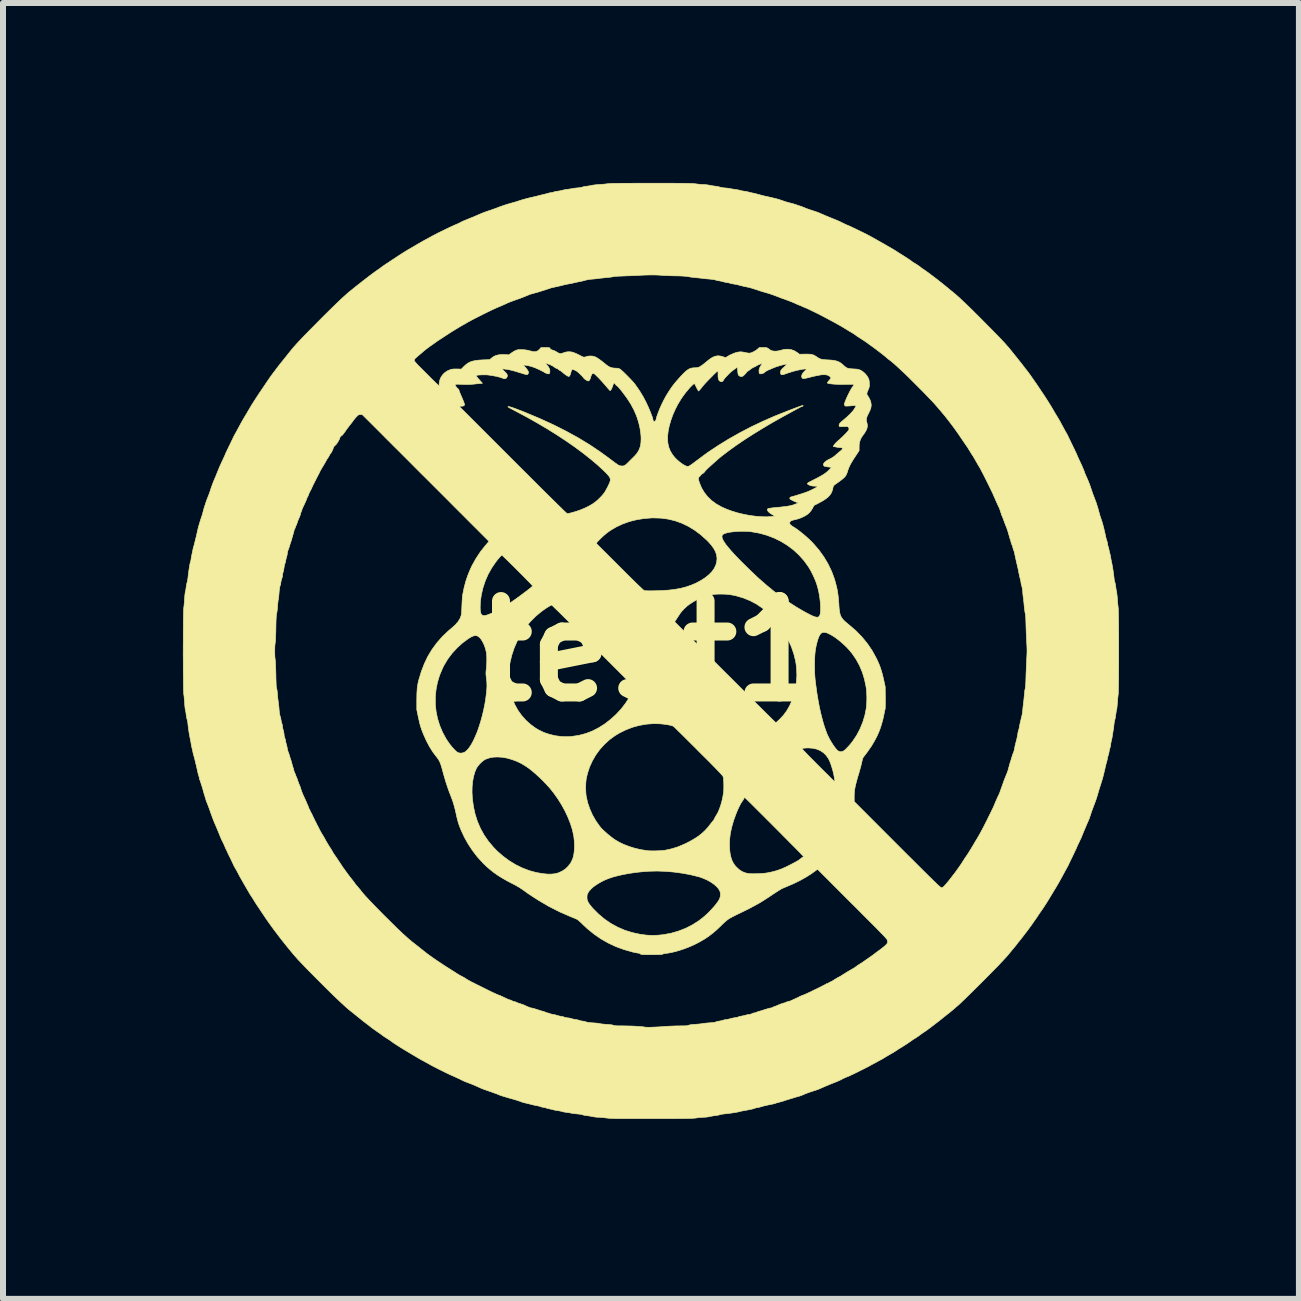
<source format=kicad_pcb>
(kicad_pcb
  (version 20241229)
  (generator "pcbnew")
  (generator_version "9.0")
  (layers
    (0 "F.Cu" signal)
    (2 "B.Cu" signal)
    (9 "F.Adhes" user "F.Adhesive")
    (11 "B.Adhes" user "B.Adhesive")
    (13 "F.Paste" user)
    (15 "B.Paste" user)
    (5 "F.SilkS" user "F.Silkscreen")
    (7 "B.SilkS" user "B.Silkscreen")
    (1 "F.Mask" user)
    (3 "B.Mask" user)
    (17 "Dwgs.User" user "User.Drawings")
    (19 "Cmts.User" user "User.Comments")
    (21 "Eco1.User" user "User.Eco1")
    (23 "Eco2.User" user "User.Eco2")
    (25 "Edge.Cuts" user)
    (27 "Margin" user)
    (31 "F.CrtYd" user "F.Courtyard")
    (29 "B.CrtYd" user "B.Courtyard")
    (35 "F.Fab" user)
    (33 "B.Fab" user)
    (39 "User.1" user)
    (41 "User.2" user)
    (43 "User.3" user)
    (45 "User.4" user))
  (footprint "test1"
    (layer "F.Cu")
    (at 7.807 7.806)
    (property "Reference" "test1" (at 0 0 0) (layer "F.SilkS") (effects (font (size 1.524 1.524) (thickness 0.3))))
    (attr through_hole)
    (fp_poly (pts (xy 0.111 -7.801) (xy 0.208 -7.801) (xy 0.293 -7.801) (xy 0.368 -7.801) (xy 0.433 -7.8) (xy 0.49 -7.8) (xy 0.538 -7.799) (xy 0.58 -7.799) (xy 0.615 -7.798) (xy 0.645 -7.797) (xy 0.671 -7.797) (xy 0.692 -7.795) (xy 0.71 -7.794) (xy 0.726 -7.793) (xy 0.741 -7.791) (xy 0.75 -7.79) (xy 0.786 -7.785) (xy 0.823 -7.782) (xy 0.855 -7.779) (xy 0.877 -7.779) (xy 0.908 -7.777) (xy 0.942 -7.773) (xy 0.965 -7.769) (xy 0.992 -7.763) (xy 1.025 -7.758) (xy 1.058 -7.753) (xy 1.063 -7.753) (xy 1.091 -7.749) (xy 1.118 -7.744) (xy 1.138 -7.739) (xy 1.142 -7.737) (xy 1.158 -7.733) (xy 1.182 -7.728) (xy 1.212 -7.724) (xy 1.233 -7.722) (xy 1.261 -7.72) (xy 1.285 -7.717) (xy 1.301 -7.715) (xy 1.306 -7.713) (xy 1.315 -7.711) (xy 1.333 -7.708) (xy 1.358 -7.704) (xy 1.385 -7.7) (xy 1.417 -7.695) (xy 1.448 -7.69) (xy 1.473 -7.685) (xy 1.486 -7.681) (xy 1.509 -7.675) (xy 1.537 -7.67) (xy 1.552 -7.668) (xy 1.579 -7.664) (xy 1.606 -7.659) (xy 1.619 -7.655) (xy 1.644 -7.648) (xy 1.672 -7.642) (xy 1.68 -7.64) (xy 1.716 -7.633) (xy 1.759 -7.622) (xy 1.804 -7.61) (xy 1.829 -7.603) (xy 1.856 -7.596) (xy 1.887 -7.588) (xy 1.902 -7.585) (xy 1.949 -7.575) (xy 1.995 -7.564) (xy 2.039 -7.554) (xy 2.078 -7.544) (xy 2.111 -7.536) (xy 2.135 -7.529) (xy 2.149 -7.524) (xy 2.149 -7.524) (xy 2.162 -7.519) (xy 2.184 -7.512) (xy 2.21 -7.503) (xy 2.237 -7.494) (xy 2.262 -7.486) (xy 2.281 -7.481) (xy 2.283 -7.48) (xy 2.334 -7.467) (xy 2.375 -7.456) (xy 2.404 -7.447) (xy 2.423 -7.441) (xy 2.433 -7.437) (xy 2.435 -7.436) (xy 2.445 -7.431) (xy 2.462 -7.427) (xy 2.464 -7.426) (xy 2.482 -7.421) (xy 2.508 -7.412) (xy 2.537 -7.401) (xy 2.565 -7.389) (xy 2.575 -7.385) (xy 2.581 -7.382) (xy 2.59 -7.379) (xy 2.603 -7.374) (xy 2.623 -7.367) (xy 2.65 -7.358) (xy 2.686 -7.346) (xy 2.732 -7.331) (xy 2.762 -7.321) (xy 2.783 -7.313) (xy 2.806 -7.304) (xy 2.81 -7.302) (xy 2.863 -7.279) (xy 2.916 -7.256) (xy 2.973 -7.233) (xy 3.036 -7.207) (xy 3.1 -7.181) (xy 3.119 -7.173) (xy 3.145 -7.161) (xy 3.174 -7.147) (xy 3.192 -7.138) (xy 3.219 -7.125) (xy 3.244 -7.113) (xy 3.262 -7.105) (xy 3.27 -7.102) (xy 3.28 -7.098) (xy 3.299 -7.09) (xy 3.328 -7.077) (xy 3.367 -7.058) (xy 3.416 -7.035) (xy 3.475 -7.006) (xy 3.546 -6.971) (xy 3.576 -6.957) (xy 3.597 -6.946) (xy 3.627 -6.93) (xy 3.664 -6.91) (xy 3.706 -6.887) (xy 3.752 -6.861) (xy 3.801 -6.833) (xy 3.851 -6.805) (xy 3.9 -6.777) (xy 3.947 -6.75) (xy 3.99 -6.725) (xy 4.028 -6.703) (xy 4.059 -6.684) (xy 4.082 -6.67) (xy 4.093 -6.663) (xy 4.11 -6.651) (xy 4.134 -6.636) (xy 4.16 -6.62) (xy 4.168 -6.615) (xy 4.197 -6.597) (xy 4.227 -6.578) (xy 4.258 -6.558) (xy 4.287 -6.539) (xy 4.312 -6.522) (xy 4.332 -6.508) (xy 4.343 -6.5) (xy 4.346 -6.497) (xy 4.352 -6.492) (xy 4.367 -6.482) (xy 4.388 -6.469) (xy 4.407 -6.458) (xy 4.434 -6.441) (xy 4.459 -6.424) (xy 4.48 -6.409) (xy 4.488 -6.403) (xy 4.508 -6.387) (xy 4.53 -6.371) (xy 4.536 -6.368) (xy 4.544 -6.362) (xy 4.554 -6.356) (xy 4.567 -6.347) (xy 4.584 -6.334) (xy 4.607 -6.318) (xy 4.636 -6.297) (xy 4.672 -6.269) (xy 4.717 -6.236) (xy 4.723 -6.231) (xy 4.745 -6.214) (xy 4.774 -6.192) (xy 4.805 -6.167) (xy 4.839 -6.141) (xy 4.872 -6.114) (xy 4.904 -6.089) (xy 4.93 -6.067) (xy 4.95 -6.051) (xy 4.959 -6.043) (xy 4.979 -6.026) (xy 5.001 -6.008) (xy 5.006 -6.005) (xy 5.021 -5.993) (xy 5.042 -5.975) (xy 5.067 -5.954) (xy 5.089 -5.936) (xy 5.106 -5.92) (xy 5.122 -5.906) (xy 5.138 -5.892) (xy 5.155 -5.876) (xy 5.175 -5.857) (xy 5.199 -5.834) (xy 5.228 -5.807) (xy 5.263 -5.773) (xy 5.306 -5.732) (xy 5.314 -5.724) (xy 5.336 -5.703) (xy 5.365 -5.675) (xy 5.4 -5.639) (xy 5.441 -5.599) (xy 5.485 -5.555) (xy 5.531 -5.508) (xy 5.578 -5.461) (xy 5.625 -5.413) (xy 5.671 -5.367) (xy 5.714 -5.323) (xy 5.753 -5.283) (xy 5.787 -5.249) (xy 5.813 -5.221) (xy 5.83 -5.204) (xy 5.85 -5.182) (xy 5.868 -5.163) (xy 5.881 -5.15) (xy 5.886 -5.144) (xy 5.887 -5.144) (xy 5.898 -5.131) (xy 5.916 -5.111) (xy 5.936 -5.087) (xy 5.959 -5.062) (xy 5.979 -5.037) (xy 5.997 -5.016) (xy 6.006 -5.005) (xy 6.02 -4.987) (xy 6.04 -4.962) (xy 6.064 -4.932) (xy 6.09 -4.9) (xy 6.109 -4.876) (xy 6.135 -4.843) (xy 6.16 -4.812) (xy 6.183 -4.783) (xy 6.201 -4.759) (xy 6.211 -4.747) (xy 6.225 -4.728) (xy 6.236 -4.713) (xy 6.242 -4.706) (xy 6.242 -4.705) (xy 6.25 -4.696) (xy 6.264 -4.679) (xy 6.281 -4.656) (xy 6.301 -4.629) (xy 6.321 -4.602) (xy 6.34 -4.575) (xy 6.349 -4.562) (xy 6.368 -4.534) (xy 6.388 -4.506) (xy 6.405 -4.481) (xy 6.413 -4.47) (xy 6.427 -4.45) (xy 6.446 -4.422) (xy 6.465 -4.393) (xy 6.475 -4.378) (xy 6.495 -4.348) (xy 6.517 -4.315) (xy 6.538 -4.285) (xy 6.545 -4.274) (xy 6.575 -4.228) (xy 6.608 -4.177) (xy 6.641 -4.124) (xy 6.673 -4.073) (xy 6.699 -4.028) (xy 6.704 -4.02) (xy 6.723 -3.986) (xy 6.745 -3.949) (xy 6.767 -3.914) (xy 6.774 -3.902) (xy 6.793 -3.871) (xy 6.814 -3.834) (xy 6.834 -3.797) (xy 6.844 -3.778) (xy 6.863 -3.744) (xy 6.883 -3.706) (xy 6.903 -3.67) (xy 6.913 -3.652) (xy 6.927 -3.628) (xy 6.938 -3.608) (xy 6.945 -3.595) (xy 6.947 -3.59) (xy 6.95 -3.584) (xy 6.957 -3.568) (xy 6.969 -3.544) (xy 6.984 -3.513) (xy 7.001 -3.477) (xy 7.016 -3.446) (xy 7.036 -3.405) (xy 7.055 -3.366) (xy 7.072 -3.33) (xy 7.086 -3.301) (xy 7.096 -3.279) (xy 7.099 -3.27) (xy 7.108 -3.249) (xy 7.121 -3.22) (xy 7.135 -3.19) (xy 7.141 -3.178) (xy 7.153 -3.152) (xy 7.167 -3.122) (xy 7.182 -3.09) (xy 7.195 -3.058) (xy 7.208 -3.028) (xy 7.218 -3.004) (xy 7.224 -2.986) (xy 7.226 -2.978) (xy 7.229 -2.971) (xy 7.236 -2.954) (xy 7.245 -2.932) (xy 7.252 -2.917) (xy 7.274 -2.868) (xy 7.293 -2.822) (xy 7.312 -2.774) (xy 7.33 -2.721) (xy 7.341 -2.689) (xy 7.353 -2.652) (xy 7.367 -2.613) (xy 7.381 -2.577) (xy 7.391 -2.55) (xy 7.419 -2.477) (xy 7.445 -2.395) (xy 7.464 -2.327) (xy 7.485 -2.251) (xy 7.508 -2.183) (xy 7.511 -2.175) (xy 7.521 -2.144) (xy 7.532 -2.105) (xy 7.544 -2.058) (xy 7.558 -2.002) (xy 7.573 -1.934) (xy 7.575 -1.921) (xy 7.582 -1.892) (xy 7.589 -1.865) (xy 7.595 -1.844) (xy 7.598 -1.837) (xy 7.605 -1.816) (xy 7.608 -1.796) (xy 7.608 -1.795) (xy 7.61 -1.776) (xy 7.616 -1.754) (xy 7.618 -1.749) (xy 7.624 -1.728) (xy 7.631 -1.702) (xy 7.634 -1.686) (xy 7.639 -1.66) (xy 7.645 -1.635) (xy 7.649 -1.622) (xy 7.655 -1.6) (xy 7.66 -1.574) (xy 7.661 -1.565) (xy 7.664 -1.544) (xy 7.67 -1.515) (xy 7.676 -1.485) (xy 7.677 -1.48) (xy 7.685 -1.442) (xy 7.693 -1.396) (xy 7.701 -1.347) (xy 7.708 -1.297) (xy 7.714 -1.252) (xy 7.718 -1.216) (xy 7.718 -1.215) (xy 7.721 -1.189) (xy 7.726 -1.164) (xy 7.731 -1.148) (xy 7.736 -1.13) (xy 7.741 -1.105) (xy 7.744 -1.086) (xy 7.748 -1.056) (xy 7.753 -1.023) (xy 7.758 -1) (xy 7.762 -0.976) (xy 7.766 -0.943) (xy 7.77 -0.907) (xy 7.773 -0.873) (xy 7.775 -0.835) (xy 7.779 -0.794) (xy 7.783 -0.756) (xy 7.786 -0.73) (xy 7.788 -0.713) (xy 7.789 -0.685) (xy 7.79 -0.646) (xy 7.791 -0.598) (xy 7.792 -0.541) (xy 7.793 -0.477) (xy 7.794 -0.407) (xy 7.794 -0.331) (xy 7.795 -0.252) (xy 7.795 -0.169) (xy 7.795 -0.084) (xy 7.795 0.002) (xy 7.795 0.087) (xy 7.795 0.172) (xy 7.795 0.255) (xy 7.794 0.334) (xy 7.794 0.409) (xy 7.793 0.479) (xy 7.792 0.542) (xy 7.791 0.598) (xy 7.79 0.646) (xy 7.789 0.684) (xy 7.788 0.711) (xy 7.786 0.727) (xy 7.786 0.727) (xy 7.783 0.753) (xy 7.779 0.788) (xy 7.776 0.826) (xy 7.773 0.864) (xy 7.773 0.867) (xy 7.77 0.901) (xy 7.767 0.933) (xy 7.764 0.959) (xy 7.761 0.976) (xy 7.76 0.978) (xy 7.756 0.994) (xy 7.752 1.019) (xy 7.748 1.048) (xy 7.746 1.06) (xy 7.742 1.089) (xy 7.738 1.116) (xy 7.733 1.136) (xy 7.731 1.142) (xy 7.726 1.158) (xy 7.722 1.182) (xy 7.718 1.211) (xy 7.715 1.233) (xy 7.713 1.262) (xy 7.71 1.285) (xy 7.708 1.301) (xy 7.707 1.307) (xy 7.705 1.315) (xy 7.701 1.332) (xy 7.698 1.357) (xy 7.693 1.387) (xy 7.693 1.388) (xy 7.688 1.42) (xy 7.683 1.45) (xy 7.678 1.475) (xy 7.674 1.489) (xy 7.669 1.51) (xy 7.664 1.536) (xy 7.662 1.555) (xy 7.658 1.581) (xy 7.653 1.604) (xy 7.649 1.616) (xy 7.643 1.635) (xy 7.638 1.658) (xy 7.636 1.671) (xy 7.631 1.698) (xy 7.623 1.727) (xy 7.62 1.739) (xy 7.613 1.761) (xy 7.608 1.781) (xy 7.607 1.789) (xy 7.605 1.805) (xy 7.6 1.826) (xy 7.595 1.845) (xy 7.588 1.868) (xy 7.58 1.899) (xy 7.572 1.932) (xy 7.569 1.946) (xy 7.562 1.978) (xy 7.554 2.009) (xy 7.548 2.035) (xy 7.546 2.045) (xy 7.539 2.073) (xy 7.531 2.103) (xy 7.528 2.115) (xy 7.522 2.136) (xy 7.513 2.164) (xy 7.503 2.196) (xy 7.497 2.216) (xy 7.486 2.25) (xy 7.475 2.285) (xy 7.465 2.317) (xy 7.461 2.33) (xy 7.442 2.397) (xy 7.425 2.452) (xy 7.409 2.498) (xy 7.396 2.534) (xy 7.385 2.562) (xy 7.372 2.597) (xy 7.357 2.637) (xy 7.343 2.676) (xy 7.33 2.714) (xy 7.32 2.745) (xy 7.312 2.768) (xy 7.312 2.769) (xy 7.306 2.788) (xy 7.295 2.814) (xy 7.283 2.842) (xy 7.28 2.848) (xy 7.268 2.875) (xy 7.253 2.911) (xy 7.235 2.954) (xy 7.215 3) (xy 7.196 3.047) (xy 7.178 3.092) (xy 7.175 3.1) (xy 7.167 3.118) (xy 7.155 3.143) (xy 7.142 3.172) (xy 7.132 3.192) (xy 7.119 3.219) (xy 7.107 3.243) (xy 7.099 3.262) (xy 7.096 3.27) (xy 7.092 3.28) (xy 7.083 3.3) (xy 7.07 3.327) (xy 7.054 3.361) (xy 7.036 3.399) (xy 7.022 3.428) (xy 7.003 3.467) (xy 6.986 3.502) (xy 6.972 3.531) (xy 6.961 3.554) (xy 6.955 3.568) (xy 6.953 3.572) (xy 6.95 3.578) (xy 6.942 3.593) (xy 6.93 3.614) (xy 6.916 3.64) (xy 6.897 3.675) (xy 6.875 3.715) (xy 6.854 3.754) (xy 6.844 3.772) (xy 6.827 3.803) (xy 6.806 3.841) (xy 6.784 3.88) (xy 6.762 3.917) (xy 6.76 3.921) (xy 6.74 3.955) (xy 6.719 3.988) (xy 6.701 4.019) (xy 6.686 4.044) (xy 6.683 4.048) (xy 6.652 4.1) (xy 6.621 4.151) (xy 6.591 4.199) (xy 6.562 4.244) (xy 6.537 4.282) (xy 6.517 4.312) (xy 6.508 4.325) (xy 6.489 4.351) (xy 6.47 4.379) (xy 6.454 4.403) (xy 6.451 4.407) (xy 6.44 4.424) (xy 6.424 4.449) (xy 6.403 4.478) (xy 6.38 4.511) (xy 6.356 4.546) (xy 6.331 4.581) (xy 6.307 4.614) (xy 6.285 4.644) (xy 6.266 4.669) (xy 6.252 4.688) (xy 6.244 4.698) (xy 6.242 4.699) (xy 6.237 4.706) (xy 6.227 4.719) (xy 6.217 4.733) (xy 6.201 4.754) (xy 6.181 4.779) (xy 6.163 4.803) (xy 6.142 4.829) (xy 6.118 4.858) (xy 6.099 4.883) (xy 6.081 4.907) (xy 6.062 4.93) (xy 6.046 4.949) (xy 6.045 4.95) (xy 6.027 4.971) (xy 6.008 4.994) (xy 6.001 5.004) (xy 5.974 5.036) (xy 5.948 5.068) (xy 5.919 5.101) (xy 5.886 5.137) (xy 5.847 5.179) (xy 5.832 5.194) (xy 5.793 5.236) (xy 5.748 5.282) (xy 5.699 5.332) (xy 5.646 5.386) (xy 5.591 5.441) (xy 5.535 5.498) (xy 5.479 5.554) (xy 5.422 5.61) (xy 5.368 5.664) (xy 5.315 5.716) (xy 5.267 5.763) (xy 5.222 5.807) (xy 5.183 5.844) (xy 5.15 5.876) (xy 5.124 5.9) (xy 5.109 5.913) (xy 5.088 5.93) (xy 5.067 5.948) (xy 5.061 5.954) (xy 5.044 5.969) (xy 5.02 5.989) (xy 4.991 6.013) (xy 4.96 6.038) (xy 4.929 6.062) (xy 4.902 6.084) (xy 4.88 6.1) (xy 4.88 6.101) (xy 4.872 6.107) (xy 4.858 6.119) (xy 4.839 6.134) (xy 4.839 6.135) (xy 4.819 6.15) (xy 4.793 6.171) (xy 4.761 6.195) (xy 4.727 6.222) (xy 4.691 6.249) (xy 4.656 6.276) (xy 4.623 6.3) (xy 4.596 6.32) (xy 4.575 6.335) (xy 4.566 6.341) (xy 4.548 6.353) (xy 4.524 6.369) (xy 4.498 6.388) (xy 4.48 6.401) (xy 4.453 6.421) (xy 4.426 6.439) (xy 4.402 6.455) (xy 4.391 6.461) (xy 4.371 6.473) (xy 4.354 6.485) (xy 4.347 6.49) (xy 4.335 6.499) (xy 4.315 6.513) (xy 4.288 6.531) (xy 4.258 6.551) (xy 4.227 6.571) (xy 4.196 6.591) (xy 4.169 6.608) (xy 4.147 6.621) (xy 4.137 6.627) (xy 4.119 6.638) (xy 4.1 6.652) (xy 4.096 6.654) (xy 4.081 6.664) (xy 4.059 6.678) (xy 4.032 6.695) (xy 4.007 6.709) (xy 3.975 6.727) (xy 3.943 6.746) (xy 3.914 6.763) (xy 3.898 6.773) (xy 3.883 6.782) (xy 3.869 6.791) (xy 3.852 6.801) (xy 3.832 6.812) (xy 3.807 6.825) (xy 3.776 6.842) (xy 3.736 6.864) (xy 3.696 6.885) (xy 3.673 6.897) (xy 3.655 6.908) (xy 3.643 6.914) (xy 3.642 6.915) (xy 3.633 6.92) (xy 3.616 6.929) (xy 3.59 6.942) (xy 3.559 6.958) (xy 3.523 6.976) (xy 3.484 6.995) (xy 3.445 7.015) (xy 3.406 7.034) (xy 3.369 7.052) (xy 3.337 7.067) (xy 3.31 7.08) (xy 3.291 7.089) (xy 3.281 7.093) (xy 3.28 7.093) (xy 3.271 7.096) (xy 3.253 7.103) (xy 3.228 7.114) (xy 3.199 7.128) (xy 3.168 7.144) (xy 3.168 7.144) (xy 3.142 7.157) (xy 3.117 7.168) (xy 3.098 7.176) (xy 3.095 7.178) (xy 3.063 7.19) (xy 3.023 7.206) (xy 2.976 7.225) (xy 2.926 7.246) (xy 2.874 7.268) (xy 2.824 7.29) (xy 2.804 7.299) (xy 2.785 7.307) (xy 2.763 7.315) (xy 2.756 7.317) (xy 2.703 7.334) (xy 2.66 7.348) (xy 2.628 7.359) (xy 2.603 7.368) (xy 2.585 7.375) (xy 2.575 7.379) (xy 2.533 7.397) (xy 2.5 7.41) (xy 2.475 7.419) (xy 2.461 7.423) (xy 2.438 7.429) (xy 2.413 7.436) (xy 2.407 7.438) (xy 2.384 7.445) (xy 2.357 7.454) (xy 2.34 7.458) (xy 2.319 7.465) (xy 2.289 7.474) (xy 2.256 7.484) (xy 2.226 7.494) (xy 2.193 7.505) (xy 2.16 7.514) (xy 2.132 7.522) (xy 2.114 7.527) (xy 2.093 7.532) (xy 2.077 7.537) (xy 2.071 7.54) (xy 2.062 7.543) (xy 2.044 7.548) (xy 2.021 7.553) (xy 1.967 7.564) (xy 1.924 7.573) (xy 1.89 7.581) (xy 1.865 7.587) (xy 1.846 7.592) (xy 1.832 7.597) (xy 1.831 7.597) (xy 1.809 7.604) (xy 1.783 7.609) (xy 1.777 7.61) (xy 1.754 7.614) (xy 1.731 7.62) (xy 1.726 7.622) (xy 1.705 7.63) (xy 1.671 7.638) (xy 1.626 7.647) (xy 1.57 7.658) (xy 1.551 7.661) (xy 1.524 7.666) (xy 1.499 7.671) (xy 1.48 7.676) (xy 1.478 7.676) (xy 1.46 7.681) (xy 1.432 7.687) (xy 1.397 7.693) (xy 1.358 7.699) (xy 1.317 7.705) (xy 1.276 7.71) (xy 1.24 7.714) (xy 1.227 7.715) (xy 1.197 7.719) (xy 1.169 7.723) (xy 1.148 7.728) (xy 1.14 7.731) (xy 1.122 7.736) (xy 1.097 7.741) (xy 1.072 7.744) (xy 1.041 7.748) (xy 1.006 7.754) (xy 0.975 7.76) (xy 0.941 7.767) (xy 0.903 7.771) (xy 0.87 7.772) (xy 0.837 7.774) (xy 0.8 7.777) (xy 0.763 7.782) (xy 0.756 7.783) (xy 0.745 7.785) (xy 0.732 7.786) (xy 0.716 7.788) (xy 0.697 7.789) (xy 0.675 7.79) (xy 0.647 7.791) (xy 0.614 7.792) (xy 0.574 7.792) (xy 0.527 7.793) (xy 0.472 7.793) (xy 0.408 7.794) (xy 0.335 7.794) (xy 0.251 7.794) (xy 0.157 7.795) (xy 0.05 7.795) (xy 0.048 7.795) (xy -0.044 7.795) (xy -0.132 7.795) (xy -0.218 7.795) (xy -0.299 7.795) (xy -0.375 7.795) (xy -0.444 7.794) (xy -0.506 7.794) (xy -0.56 7.794) (xy -0.604 7.793) (xy -0.639 7.792) (xy -0.662 7.792) (xy -0.67 7.791) (xy -0.704 7.789) (xy -0.74 7.785) (xy -0.771 7.781) (xy -0.784 7.779) (xy -0.814 7.776) (xy -0.849 7.773) (xy -0.879 7.772) (xy -0.912 7.771) (xy -0.949 7.766) (xy -0.981 7.76) (xy -1.013 7.754) (xy -1.048 7.748) (xy -1.078 7.745) (xy -1.104 7.741) (xy -1.128 7.736) (xy -1.143 7.731) (xy -1.143 7.731) (xy -1.158 7.726) (xy -1.183 7.722) (xy -1.215 7.718) (xy -1.238 7.716) (xy -1.268 7.713) (xy -1.294 7.71) (xy -1.312 7.708) (xy -1.32 7.706) (xy -1.329 7.704) (xy -1.347 7.7) (xy -1.372 7.696) (xy -1.395 7.693) (xy -1.426 7.689) (xy -1.453 7.684) (xy -1.474 7.68) (xy -1.483 7.677) (xy -1.497 7.673) (xy -1.52 7.668) (xy -1.548 7.663) (xy -1.56 7.661) (xy -1.587 7.657) (xy -1.609 7.653) (xy -1.623 7.65) (xy -1.626 7.649) (xy -1.635 7.646) (xy -1.652 7.641) (xy -1.675 7.637) (xy -1.678 7.636) (xy -1.705 7.63) (xy -1.731 7.624) (xy -1.749 7.618) (xy -1.77 7.611) (xy -1.789 7.608) (xy -1.792 7.608) (xy -1.808 7.605) (xy -1.829 7.6) (xy -1.843 7.595) (xy -1.868 7.587) (xy -1.894 7.581) (xy -1.905 7.579) (xy -1.929 7.575) (xy -1.956 7.569) (xy -1.968 7.566) (xy -2.035 7.549) (xy -2.089 7.536) (xy -2.122 7.528) (xy -2.144 7.522) (xy -2.162 7.516) (xy -2.17 7.513) (xy -2.182 7.508) (xy -2.206 7.5) (xy -2.239 7.489) (xy -2.283 7.476) (xy -2.334 7.461) (xy -2.378 7.449) (xy -2.42 7.436) (xy -2.453 7.427) (xy -2.478 7.419) (xy -2.499 7.412) (xy -2.517 7.406) (xy -2.535 7.399) (xy -2.553 7.391) (xy -2.576 7.382) (xy -2.607 7.371) (xy -2.644 7.357) (xy -2.683 7.344) (xy -2.702 7.337) (xy -2.749 7.321) (xy -2.789 7.307) (xy -2.825 7.293) (xy -2.861 7.277) (xy -2.903 7.258) (xy -2.921 7.25) (xy -2.946 7.239) (xy -2.98 7.225) (xy -3.02 7.209) (xy -3.065 7.192) (xy -3.102 7.178) (xy -3.12 7.17) (xy -3.144 7.159) (xy -3.17 7.146) (xy -3.175 7.144) (xy -3.2 7.131) (xy -3.233 7.116) (xy -3.268 7.1) (xy -3.299 7.086) (xy -3.332 7.072) (xy -3.366 7.056) (xy -3.396 7.042) (xy -3.416 7.032) (xy -3.437 7.022) (xy -3.466 7.007) (xy -3.499 6.991) (xy -3.535 6.973) (xy -3.55 6.966) (xy -3.584 6.948) (xy -3.618 6.931) (xy -3.647 6.916) (xy -3.669 6.904) (xy -3.677 6.9) (xy -3.697 6.888) (xy -3.725 6.872) (xy -3.756 6.856) (xy -3.775 6.845) (xy -3.805 6.829) (xy -3.842 6.809) (xy -3.88 6.787) (xy -3.917 6.765) (xy -3.921 6.762) (xy -3.954 6.743) (xy -3.988 6.723) (xy -4.018 6.705) (xy -4.041 6.691) (xy -4.046 6.689) (xy -4.075 6.671) (xy -4.11 6.65) (xy -4.149 6.626) (xy -4.188 6.602) (xy -4.227 6.577) (xy -4.263 6.554) (xy -4.293 6.534) (xy -4.316 6.518) (xy -4.324 6.512) (xy -4.348 6.494) (xy -4.377 6.475) (xy -4.403 6.458) (xy -4.43 6.441) (xy -4.459 6.422) (xy -4.482 6.405) (xy -4.504 6.389) (xy -4.531 6.369) (xy -4.56 6.35) (xy -4.568 6.344) (xy -4.602 6.32) (xy -4.634 6.298) (xy -4.662 6.277) (xy -4.684 6.26) (xy -4.698 6.248) (xy -4.7 6.247) (xy -4.709 6.239) (xy -4.726 6.227) (xy -4.743 6.213) (xy -4.76 6.201) (xy -4.784 6.183) (xy -4.813 6.16) (xy -4.844 6.135) (xy -4.872 6.112) (xy -4.905 6.086) (xy -4.937 6.06) (xy -4.966 6.036) (xy -4.99 6.017) (xy -5.005 6.006) (xy -5.039 5.978) (xy -5.078 5.945) (xy -5.121 5.906) (xy -5.17 5.861) (xy -5.225 5.809) (xy -5.287 5.75) (xy -5.355 5.683) (xy -5.431 5.608) (xy -5.514 5.525) (xy -5.581 5.458) (xy -5.645 5.393) (xy -5.701 5.337) (xy -5.749 5.288) (xy -5.791 5.244) (xy -5.828 5.206) (xy -5.86 5.172) (xy -5.889 5.142) (xy -5.914 5.113) (xy -5.938 5.086) (xy -5.961 5.06) (xy -5.984 5.032) (xy -6.004 5.008) (xy -6.08 4.915) (xy -6.155 4.821) (xy -6.226 4.729) (xy -6.294 4.639) (xy -6.355 4.555) (xy -6.411 4.476) (xy -6.445 4.426) (xy -6.462 4.4) (xy -6.479 4.375) (xy -6.493 4.354) (xy -6.496 4.35) (xy -6.532 4.295) (xy -6.562 4.251) (xy -6.586 4.215) (xy -6.604 4.186) (xy -6.618 4.164) (xy -6.626 4.15) (xy -6.64 4.128) (xy -6.653 4.107) (xy -6.659 4.098) (xy -6.668 4.085) (xy -6.682 4.064) (xy -6.698 4.037) (xy -6.715 4.008) (xy -6.718 4.003) (xy -6.754 3.941) (xy -6.784 3.889) (xy -6.809 3.846) (xy -6.828 3.812) (xy -6.844 3.784) (xy -6.856 3.763) (xy -6.865 3.747) (xy -6.871 3.735) (xy -6.873 3.731) (xy -6.881 3.715) (xy -6.894 3.691) (xy -6.909 3.663) (xy -6.922 3.64) (xy -6.937 3.614) (xy -6.949 3.593) (xy -6.957 3.578) (xy -6.96 3.572) (xy -6.962 3.566) (xy -6.97 3.55) (xy -6.981 3.526) (xy -6.996 3.495) (xy -7.013 3.459) (xy -7.027 3.431) (xy -7.047 3.391) (xy -7.065 3.352) (xy -7.081 3.317) (xy -7.095 3.289) (xy -7.104 3.268) (xy -7.107 3.261) (xy -7.116 3.24) (xy -7.128 3.212) (xy -7.142 3.184) (xy -7.144 3.18) (xy -7.158 3.153) (xy -7.17 3.126) (xy -7.18 3.104) (xy -7.181 3.101) (xy -7.203 3.045) (xy -7.223 2.997) (xy -7.242 2.951) (xy -7.263 2.902) (xy -7.274 2.877) (xy -7.292 2.834) (xy -7.311 2.786) (xy -7.329 2.736) (xy -7.345 2.692) (xy -7.346 2.689) (xy -7.359 2.651) (xy -7.373 2.612) (xy -7.386 2.577) (xy -7.397 2.548) (xy -7.4 2.541) (xy -7.411 2.515) (xy -7.42 2.491) (xy -7.425 2.472) (xy -7.426 2.468) (xy -7.432 2.448) (xy -7.439 2.426) (xy -7.439 2.426) (xy -7.444 2.41) (xy -7.452 2.386) (xy -7.46 2.357) (xy -7.465 2.34) (xy -7.473 2.309) (xy -7.482 2.279) (xy -7.489 2.254) (xy -7.493 2.245) (xy -7.501 2.219) (xy -7.509 2.193) (xy -7.512 2.184) (xy -7.518 2.166) (xy -7.523 2.152) (xy -7.525 2.149) (xy -7.529 2.14) (xy -7.533 2.123) (xy -7.534 2.115) (xy -7.538 2.095) (xy -7.543 2.079) (xy -7.544 2.076) (xy -7.547 2.066) (xy -7.553 2.047) (xy -7.559 2.02) (xy -7.566 1.99) (xy -7.566 1.987) (xy -7.574 1.953) (xy -7.581 1.92) (xy -7.588 1.892) (xy -7.593 1.873) (xy -7.599 1.846) (xy -7.606 1.818) (xy -7.608 1.807) (xy -7.615 1.781) (xy -7.623 1.753) (xy -7.627 1.74) (xy -7.634 1.714) (xy -7.64 1.688) (xy -7.642 1.676) (xy -7.647 1.651) (xy -7.653 1.625) (xy -7.655 1.619) (xy -7.661 1.594) (xy -7.667 1.567) (xy -7.668 1.559) (xy -7.671 1.537) (xy -7.676 1.509) (xy -7.682 1.479) (xy -7.683 1.473) (xy -7.695 1.414) (xy -7.706 1.351) (xy -7.715 1.289) (xy -7.722 1.233) (xy -7.722 1.229) (xy -7.725 1.199) (xy -7.73 1.17) (xy -7.735 1.148) (xy -7.736 1.143) (xy -7.742 1.123) (xy -7.747 1.096) (xy -7.752 1.066) (xy -7.753 1.056) (xy -7.757 1.028) (xy -7.761 1.003) (xy -7.765 0.984) (xy -7.767 0.98) (xy -7.769 0.967) (xy -7.772 0.945) (xy -7.775 0.916) (xy -7.778 0.882) (xy -7.779 0.867) (xy -7.781 0.828) (xy -7.785 0.789) (xy -7.788 0.753) (xy -7.792 0.726) (xy -7.793 0.721) (xy -7.794 0.705) (xy -7.795 0.678) (xy -7.797 0.641) (xy -7.798 0.594) (xy -7.799 0.538) (xy -7.799 0.475) (xy -7.8 0.406) (xy -7.801 0.331) (xy -7.801 0.252) (xy -7.801 0.17) (xy -7.802 0.086) (xy -7.802 0.009) (xy -6.276 0.009) (xy -6.276 0.053) (xy -6.274 0.093) (xy -6.271 0.125) (xy -6.269 0.137) (xy -6.267 0.154) (xy -6.265 0.183) (xy -6.263 0.221) (xy -6.261 0.266) (xy -6.259 0.317) (xy -6.258 0.371) (xy -6.257 0.394) (xy -6.256 0.457) (xy -6.254 0.509) (xy -6.253 0.55) (xy -6.251 0.581) (xy -6.249 0.603) (xy -6.247 0.617) (xy -6.245 0.623) (xy -6.241 0.635) (xy -6.237 0.658) (xy -6.234 0.687) (xy -6.23 0.72) (xy -6.23 0.728) (xy -6.227 0.764) (xy -6.224 0.798) (xy -6.22 0.827) (xy -6.217 0.848) (xy -6.217 0.85) (xy -6.214 0.87) (xy -6.211 0.898) (xy -6.207 0.932) (xy -6.204 0.968) (xy -6.204 0.973) (xy -6.2 1.012) (xy -6.196 1.045) (xy -6.191 1.068) (xy -6.188 1.081) (xy -6.182 1.096) (xy -6.176 1.119) (xy -6.173 1.141) (xy -6.168 1.168) (xy -6.162 1.193) (xy -6.157 1.208) (xy -6.15 1.23) (xy -6.147 1.255) (xy -6.147 1.259) (xy -6.144 1.281) (xy -6.138 1.307) (xy -6.134 1.319) (xy -6.127 1.346) (xy -6.122 1.374) (xy -6.121 1.386) (xy -6.118 1.415) (xy -6.11 1.444) (xy -6.109 1.447) (xy -6.101 1.468) (xy -6.096 1.487) (xy -6.096 1.493) (xy -6.094 1.509) (xy -6.089 1.532) (xy -6.084 1.548) (xy -6.076 1.576) (xy -6.07 1.605) (xy -6.068 1.619) (xy -6.063 1.645) (xy -6.056 1.67) (xy -6.052 1.68) (xy -6.043 1.703) (xy -6.035 1.727) (xy -6.034 1.73) (xy -6.028 1.752) (xy -6.022 1.773) (xy -6.021 1.775) (xy -6.003 1.829) (xy -5.989 1.88) (xy -5.986 1.892) (xy -5.98 1.914) (xy -5.974 1.933) (xy -5.971 1.94) (xy -5.966 1.954) (xy -5.961 1.974) (xy -5.96 1.981) (xy -5.954 2.004) (xy -5.945 2.026) (xy -5.943 2.031) (xy -5.935 2.046) (xy -5.931 2.058) (xy -5.931 2.059) (xy -5.928 2.07) (xy -5.921 2.085) (xy -5.921 2.086) (xy -5.912 2.105) (xy -5.903 2.127) (xy -5.902 2.13) (xy -5.887 2.176) (xy -5.874 2.21) (xy -5.865 2.232) (xy -5.862 2.239) (xy -5.856 2.252) (xy -5.849 2.272) (xy -5.846 2.283) (xy -5.827 2.34) (xy -5.808 2.388) (xy -5.804 2.397) (xy -5.792 2.423) (xy -5.778 2.453) (xy -5.764 2.484) (xy -5.75 2.514) (xy -5.74 2.539) (xy -5.734 2.553) (xy -5.727 2.569) (xy -5.722 2.58) (xy -5.721 2.581) (xy -5.717 2.592) (xy -5.712 2.607) (xy -5.706 2.624) (xy -5.699 2.635) (xy -5.692 2.648) (xy -5.685 2.665) (xy -5.684 2.668) (xy -5.676 2.685) (xy -5.668 2.698) (xy -5.667 2.699) (xy -5.659 2.709) (xy -5.658 2.714) (xy -5.655 2.722) (xy -5.648 2.738) (xy -5.637 2.761) (xy -5.623 2.789) (xy -5.609 2.82) (xy -5.593 2.85) (xy -5.579 2.878) (xy -5.567 2.903) (xy -5.557 2.92) (xy -5.557 2.921) (xy -5.55 2.934) (xy -5.544 2.946) (xy -5.535 2.965) (xy -5.521 2.992) (xy -5.505 3.021) (xy -5.488 3.05) (xy -5.473 3.074) (xy -5.466 3.085) (xy -5.454 3.106) (xy -5.442 3.126) (xy -5.439 3.133) (xy -5.428 3.155) (xy -5.411 3.183) (xy -5.39 3.219) (xy -5.362 3.264) (xy -5.342 3.294) (xy -5.328 3.317) (xy -5.317 3.336) (xy -5.31 3.348) (xy -5.309 3.351) (xy -5.305 3.359) (xy -5.296 3.373) (xy -5.286 3.388) (xy -5.27 3.411) (xy -5.251 3.438) (xy -5.24 3.454) (xy -5.208 3.503) (xy -5.182 3.541) (xy -5.162 3.572) (xy -5.147 3.594) (xy -5.136 3.611) (xy -5.128 3.622) (xy -5.125 3.626) (xy -5.116 3.637) (xy -5.103 3.656) (xy -5.086 3.68) (xy -5.07 3.702) (xy -5.049 3.73) (xy -5.027 3.759) (xy -5.008 3.784) (xy -4.997 3.797) (xy -4.979 3.82) (xy -4.96 3.844) (xy -4.948 3.861) (xy -4.935 3.88) (xy -4.922 3.896) (xy -4.917 3.902) (xy -4.902 3.919) (xy -4.884 3.941) (xy -4.865 3.963) (xy -4.847 3.984) (xy -4.835 4.001) (xy -4.83 4.006) (xy -4.818 4.023) (xy -4.796 4.048) (xy -4.768 4.08) (xy -4.733 4.118) (xy -4.692 4.162) (xy -4.646 4.21) (xy -4.597 4.261) (xy -4.544 4.315) (xy -4.49 4.37) (xy -4.435 4.425) (xy -4.378 4.481) (xy -4.329 4.53) (xy -4.286 4.572) (xy -4.249 4.609) (xy -4.216 4.641) (xy -4.186 4.669) (xy -4.159 4.695) (xy -4.132 4.72) (xy -4.104 4.745) (xy -4.075 4.771) (xy -4.073 4.773) (xy -4.056 4.788) (xy -4.041 4.802) (xy -4.025 4.815) (xy -4.008 4.829) (xy -3.988 4.846) (xy -3.962 4.866) (xy -3.93 4.891) (xy -3.889 4.923) (xy -3.885 4.926) (xy -3.859 4.947) (xy -3.833 4.968) (xy -3.811 4.985) (xy -3.799 4.995) (xy -3.772 5.016) (xy -3.738 5.043) (xy -3.698 5.072) (xy -3.655 5.103) (xy -3.612 5.133) (xy -3.572 5.161) (xy -3.562 5.167) (xy -3.541 5.181) (xy -3.514 5.199) (xy -3.485 5.218) (xy -3.474 5.226) (xy -3.446 5.244) (xy -3.418 5.262) (xy -3.393 5.278) (xy -3.385 5.283) (xy -3.366 5.295) (xy -3.339 5.312) (xy -3.309 5.331) (xy -3.279 5.35) (xy -3.25 5.369) (xy -3.223 5.386) (xy -3.2 5.4) (xy -3.185 5.408) (xy -3.184 5.409) (xy -3.153 5.425) (xy -3.13 5.437) (xy -3.113 5.447) (xy -3.097 5.457) (xy -3.086 5.464) (xy -3.067 5.477) (xy -3.049 5.487) (xy -3.042 5.491) (xy -3.026 5.499) (xy -3.016 5.505) (xy -3.004 5.512) (xy -2.989 5.519) (xy -2.979 5.524) (xy -2.959 5.534) (xy -2.932 5.548) (xy -2.898 5.565) (xy -2.859 5.584) (xy -2.821 5.603) (xy -2.779 5.624) (xy -2.739 5.644) (xy -2.703 5.662) (xy -2.672 5.677) (xy -2.65 5.688) (xy -2.638 5.693) (xy -2.604 5.709) (xy -2.579 5.72) (xy -2.562 5.727) (xy -2.552 5.732) (xy -2.546 5.734) (xy -2.544 5.734) (xy -2.536 5.737) (xy -2.518 5.744) (xy -2.49 5.757) (xy -2.451 5.775) (xy -2.415 5.792) (xy -2.391 5.803) (xy -2.37 5.812) (xy -2.355 5.816) (xy -2.352 5.817) (xy -2.339 5.82) (xy -2.322 5.828) (xy -2.321 5.829) (xy -2.304 5.838) (xy -2.288 5.842) (xy -2.287 5.842) (xy -2.272 5.845) (xy -2.254 5.852) (xy -2.252 5.853) (xy -2.232 5.862) (xy -2.209 5.871) (xy -2.207 5.871) (xy -2.179 5.88) (xy -2.151 5.89) (xy -2.125 5.899) (xy -2.105 5.907) (xy -2.098 5.911) (xy -2.077 5.922) (xy -2.052 5.932) (xy -2.028 5.941) (xy -2.009 5.948) (xy -1.998 5.95) (xy -1.986 5.952) (xy -1.965 5.957) (xy -1.937 5.965) (xy -1.906 5.975) (xy -1.875 5.985) (xy -1.864 5.989) (xy -1.846 5.995) (xy -1.823 6.001) (xy -1.813 6.003) (xy -1.79 6.01) (xy -1.768 6.018) (xy -1.761 6.022) (xy -1.743 6.029) (xy -1.727 6.033) (xy -1.726 6.033) (xy -1.71 6.036) (xy -1.692 6.043) (xy -1.675 6.049) (xy -1.652 6.055) (xy -1.635 6.058) (xy -1.607 6.063) (xy -1.576 6.071) (xy -1.557 6.077) (xy -1.532 6.084) (xy -1.51 6.088) (xy -1.496 6.09) (xy -1.476 6.093) (xy -1.457 6.1) (xy -1.442 6.105) (xy -1.418 6.111) (xy -1.392 6.115) (xy -1.39 6.115) (xy -1.365 6.118) (xy -1.343 6.123) (xy -1.328 6.127) (xy -1.328 6.128) (xy -1.314 6.132) (xy -1.292 6.137) (xy -1.267 6.141) (xy -1.265 6.141) (xy -1.239 6.145) (xy -1.217 6.151) (xy -1.201 6.155) (xy -1.201 6.156) (xy -1.186 6.161) (xy -1.163 6.166) (xy -1.143 6.169) (xy -1.118 6.173) (xy -1.096 6.178) (xy -1.083 6.183) (xy -1.068 6.188) (xy -1.04 6.192) (xy -1.002 6.196) (xy -0.968 6.198) (xy -0.933 6.201) (xy -0.901 6.203) (xy -0.875 6.207) (xy -0.857 6.21) (xy -0.853 6.211) (xy -0.841 6.214) (xy -0.818 6.217) (xy -0.788 6.22) (xy -0.754 6.223) (xy -0.742 6.223) (xy -0.694 6.227) (xy -0.659 6.231) (xy -0.636 6.236) (xy -0.629 6.239) (xy -0.62 6.242) (xy -0.607 6.245) (xy -0.588 6.246) (xy -0.562 6.248) (xy -0.527 6.248) (xy -0.481 6.248) (xy -0.434 6.249) (xy -0.384 6.25) (xy -0.333 6.251) (xy -0.283 6.253) (xy -0.237 6.256) (xy -0.194 6.259) (xy -0.159 6.262) (xy -0.132 6.264) (xy -0.116 6.267) (xy -0.114 6.268) (xy -0.1 6.27) (xy -0.075 6.271) (xy -0.04 6.272) (xy 0.001 6.271) (xy 0.048 6.269) (xy 0.099 6.267) (xy 0.151 6.264) (xy 0.204 6.26) (xy 0.213 6.259) (xy 0.26 6.256) (xy 0.315 6.253) (xy 0.372 6.251) (xy 0.428 6.249) (xy 0.469 6.249) (xy 0.515 6.248) (xy 0.551 6.248) (xy 0.578 6.247) (xy 0.597 6.245) (xy 0.611 6.243) (xy 0.621 6.239) (xy 0.624 6.238) (xy 0.639 6.233) (xy 0.664 6.229) (xy 0.698 6.225) (xy 0.736 6.222) (xy 0.771 6.22) (xy 0.804 6.217) (xy 0.83 6.214) (xy 0.848 6.211) (xy 0.851 6.211) (xy 0.865 6.208) (xy 0.889 6.205) (xy 0.92 6.202) (xy 0.954 6.199) (xy 0.966 6.198) (xy 1.012 6.195) (xy 1.046 6.191) (xy 1.07 6.186) (xy 1.077 6.183) (xy 1.094 6.177) (xy 1.117 6.172) (xy 1.133 6.169) (xy 1.158 6.165) (xy 1.182 6.159) (xy 1.193 6.156) (xy 1.212 6.15) (xy 1.237 6.145) (xy 1.25 6.143) (xy 1.278 6.139) (xy 1.308 6.132) (xy 1.321 6.128) (xy 1.348 6.121) (xy 1.378 6.115) (xy 1.396 6.112) (xy 1.419 6.109) (xy 1.437 6.106) (xy 1.445 6.102) (xy 1.455 6.098) (xy 1.473 6.092) (xy 1.497 6.087) (xy 1.5 6.087) (xy 1.529 6.081) (xy 1.559 6.074) (xy 1.581 6.068) (xy 1.605 6.062) (xy 1.628 6.059) (xy 1.638 6.058) (xy 1.659 6.054) (xy 1.68 6.045) (xy 1.68 6.045) (xy 1.698 6.036) (xy 1.716 6.033) (xy 1.716 6.033) (xy 1.735 6.03) (xy 1.754 6.022) (xy 1.754 6.022) (xy 1.773 6.014) (xy 1.796 6.006) (xy 1.806 6.004) (xy 1.829 5.998) (xy 1.85 5.991) (xy 1.857 5.989) (xy 1.884 5.98) (xy 1.914 5.971) (xy 1.943 5.962) (xy 1.969 5.955) (xy 1.988 5.951) (xy 1.996 5.95) (xy 2.01 5.947) (xy 2.028 5.939) (xy 2.031 5.937) (xy 2.046 5.929) (xy 2.057 5.925) (xy 2.058 5.925) (xy 2.068 5.922) (xy 2.084 5.916) (xy 2.092 5.913) (xy 2.118 5.901) (xy 2.146 5.89) (xy 2.172 5.88) (xy 2.195 5.872) (xy 2.21 5.868) (xy 2.213 5.867) (xy 2.225 5.865) (xy 2.242 5.858) (xy 2.248 5.855) (xy 2.267 5.847) (xy 2.283 5.842) (xy 2.287 5.842) (xy 2.3 5.839) (xy 2.32 5.833) (xy 2.333 5.827) (xy 2.36 5.815) (xy 2.388 5.802) (xy 2.414 5.79) (xy 2.432 5.782) (xy 2.446 5.776) (xy 2.451 5.773) (xy 2.462 5.767) (xy 2.479 5.758) (xy 2.499 5.749) (xy 2.518 5.741) (xy 2.532 5.736) (xy 2.537 5.734) (xy 2.544 5.732) (xy 2.561 5.725) (xy 2.583 5.715) (xy 2.608 5.704) (xy 2.633 5.692) (xy 2.656 5.682) (xy 2.673 5.673) (xy 2.68 5.67) (xy 2.693 5.663) (xy 2.705 5.657) (xy 2.728 5.646) (xy 2.756 5.633) (xy 2.787 5.618) (xy 2.819 5.602) (xy 2.85 5.586) (xy 2.877 5.572) (xy 2.899 5.561) (xy 2.913 5.553) (xy 2.918 5.549) (xy 2.927 5.544) (xy 2.934 5.544) (xy 2.948 5.539) (xy 2.955 5.534) (xy 2.968 5.525) (xy 2.985 5.517) (xy 2.986 5.517) (xy 3.006 5.508) (xy 3.026 5.497) (xy 3.027 5.496) (xy 3.063 5.473) (xy 3.093 5.455) (xy 3.114 5.442) (xy 3.126 5.436) (xy 3.128 5.436) (xy 3.136 5.432) (xy 3.15 5.424) (xy 3.156 5.421) (xy 3.176 5.408) (xy 3.201 5.392) (xy 3.23 5.374) (xy 3.26 5.355) (xy 3.29 5.337) (xy 3.317 5.321) (xy 3.34 5.308) (xy 3.356 5.299) (xy 3.363 5.295) (xy 3.363 5.295) (xy 3.37 5.292) (xy 3.385 5.282) (xy 3.404 5.269) (xy 3.407 5.267) (xy 3.428 5.251) (xy 3.448 5.237) (xy 3.463 5.227) (xy 3.463 5.227) (xy 3.481 5.216) (xy 3.502 5.203) (xy 3.522 5.19) (xy 3.538 5.179) (xy 3.546 5.174) (xy 3.555 5.167) (xy 3.57 5.157) (xy 3.575 5.153) (xy 3.618 5.123) (xy 3.653 5.099) (xy 3.681 5.079) (xy 3.704 5.062) (xy 3.724 5.047) (xy 3.743 5.032) (xy 3.769 5.013) (xy 3.796 4.993) (xy 3.819 4.977) (xy 3.822 4.974) (xy 3.845 4.957) (xy 3.87 4.937) (xy 3.895 4.916) (xy 3.916 4.896) (xy 3.931 4.879) (xy 3.939 4.868) (xy 3.941 4.854) (xy 3.94 4.834) (xy 3.94 4.827) (xy 3.939 4.823) (xy 3.937 4.818) (xy 3.935 4.813) (xy 3.93 4.806) (xy 3.924 4.798) (xy 3.915 4.787) (xy 3.904 4.774) (xy 3.889 4.757) (xy 3.87 4.737) (xy 3.846 4.713) (xy 3.818 4.684) (xy 3.785 4.65) (xy 3.746 4.61) (xy 3.701 4.565) (xy 3.649 4.513) (xy 3.59 4.454) (xy 3.523 4.387) (xy 3.449 4.312) (xy 3.366 4.229) (xy 3.354 4.218) (xy 2.774 3.637) (xy 2.747 3.657) (xy 2.663 3.717) (xy 2.57 3.775) (xy 2.47 3.83) (xy 2.367 3.88) (xy 2.271 3.921) (xy 2.243 3.933) (xy 2.218 3.943) (xy 2.195 3.953) (xy 2.173 3.964) (xy 2.151 3.977) (xy 2.125 3.992) (xy 2.095 4.012) (xy 2.058 4.036) (xy 2.014 4.065) (xy 1.986 4.084) (xy 1.927 4.123) (xy 1.87 4.159) (xy 1.814 4.194) (xy 1.757 4.226) (xy 1.696 4.259) (xy 1.631 4.294) (xy 1.558 4.33) (xy 1.476 4.37) (xy 1.452 4.381) (xy 1.413 4.4) (xy 1.375 4.42) (xy 1.34 4.438) (xy 1.311 4.454) (xy 1.291 4.466) (xy 1.29 4.467) (xy 1.271 4.481) (xy 1.245 4.502) (xy 1.216 4.528) (xy 1.186 4.556) (xy 1.165 4.577) (xy 1.094 4.645) (xy 1.026 4.703) (xy 0.957 4.756) (xy 0.886 4.803) (xy 0.808 4.848) (xy 0.765 4.871) (xy 0.698 4.904) (xy 0.626 4.935) (xy 0.552 4.963) (xy 0.477 4.988) (xy 0.405 5.009) (xy 0.337 5.025) (xy 0.277 5.036) (xy 0.251 5.039) (xy 0.226 5.042) (xy 0.205 5.047) (xy 0.192 5.052) (xy 0.186 5.055) (xy 0.175 5.057) (xy 0.158 5.059) (xy 0.134 5.06) (xy 0.101 5.06) (xy 0.059 5.061) (xy 0.005 5.061) (xy 0.005 5.061) (xy -0.047 5.061) (xy -0.087 5.061) (xy -0.118 5.06) (xy -0.14 5.059) (xy -0.156 5.058) (xy -0.166 5.056) (xy -0.173 5.054) (xy -0.177 5.051) (xy -0.18 5.048) (xy -0.196 5.038) (xy -0.211 5.036) (xy -0.225 5.034) (xy -0.249 5.03) (xy -0.278 5.024) (xy -0.309 5.017) (xy -0.453 4.976) (xy -0.588 4.927) (xy -0.716 4.867) (xy -0.837 4.798) (xy -0.953 4.718) (xy -1.065 4.627) (xy -1.14 4.557) (xy -1.166 4.531) (xy -1.191 4.508) (xy -1.211 4.49) (xy -1.226 4.478) (xy -1.232 4.474) (xy -1.243 4.469) (xy -1.264 4.46) (xy -1.291 4.448) (xy -1.323 4.435) (xy -1.346 4.426) (xy -1.527 4.347) (xy -1.706 4.256) (xy -1.882 4.153) (xy -1.956 4.105) (xy -1.07 4.105) (xy -1.069 4.132) (xy -1.065 4.153) (xy -1.056 4.174) (xy -1.049 4.189) (xy -1.036 4.21) (xy -1.017 4.236) (xy -0.994 4.264) (xy -0.972 4.29) (xy -0.877 4.385) (xy -0.777 4.469) (xy -0.67 4.542) (xy -0.558 4.603) (xy -0.44 4.654) (xy -0.315 4.693) (xy -0.185 4.721) (xy -0.184 4.721) (xy -0.083 4.735) (xy 0.014 4.74) (xy 0.11 4.737) (xy 0.2 4.728) (xy 0.331 4.704) (xy 0.455 4.668) (xy 0.574 4.622) (xy 0.688 4.564) (xy 0.796 4.495) (xy 0.862 4.444) (xy 0.905 4.407) (xy 0.949 4.366) (xy 0.992 4.322) (xy 1.033 4.277) (xy 1.07 4.234) (xy 1.102 4.193) (xy 1.126 4.157) (xy 1.14 4.132) (xy 1.152 4.093) (xy 1.156 4.051) (xy 1.149 4.012) (xy 1.143 3.996) (xy 1.121 3.959) (xy 1.087 3.922) (xy 1.045 3.886) (xy 0.994 3.851) (xy 0.937 3.819) (xy 0.875 3.791) (xy 0.81 3.767) (xy 0.784 3.76) (xy 0.655 3.728) (xy 0.519 3.703) (xy 0.378 3.684) (xy 0.237 3.672) (xy 0.099 3.667) (xy -0.032 3.67) (xy -0.14 3.678) (xy -0.247 3.689) (xy -0.351 3.704) (xy -0.451 3.722) (xy -0.544 3.742) (xy -0.629 3.764) (xy -0.704 3.789) (xy -0.718 3.794) (xy -0.787 3.823) (xy -0.852 3.857) (xy -0.911 3.893) (xy -0.963 3.93) (xy -1.005 3.968) (xy -1.038 4.006) (xy -1.051 4.027) (xy -1.062 4.049) (xy -1.068 4.068) (xy -1.07 4.092) (xy -1.07 4.105) (xy -1.956 4.105) (xy -2.054 4.041) (xy -2.127 3.988) (xy -2.192 3.944) (xy -2.264 3.902) (xy -2.315 3.876) (xy -2.405 3.829) (xy -2.485 3.783) (xy -2.557 3.738) (xy -2.624 3.691) (xy -2.686 3.642) (xy -2.748 3.588) (xy -2.81 3.528) (xy -2.81 3.527) (xy -2.896 3.433) (xy -2.976 3.329) (xy -3.05 3.218) (xy -3.115 3.102) (xy -3.17 2.983) (xy -3.182 2.953) (xy -3.196 2.918) (xy -3.207 2.887) (xy -3.217 2.856) (xy -3.226 2.822) (xy -3.236 2.784) (xy -3.247 2.738) (xy -3.254 2.703) (xy -3.269 2.638) (xy -3.284 2.582) (xy -3.298 2.533) (xy -3.313 2.487) (xy -3.331 2.44) (xy -3.335 2.429) (xy -3.365 2.35) (xy -2.987 2.35) (xy -2.982 2.447) (xy -2.982 2.451) (xy -2.964 2.587) (xy -2.936 2.716) (xy -2.897 2.839) (xy -2.847 2.955) (xy -2.786 3.066) (xy -2.714 3.17) (xy -2.63 3.27) (xy -2.568 3.334) (xy -2.472 3.418) (xy -2.369 3.494) (xy -2.262 3.56) (xy -2.15 3.615) (xy -2.035 3.659) (xy -1.919 3.691) (xy -1.897 3.695) (xy -1.809 3.71) (xy -1.73 3.718) (xy -1.661 3.718) (xy -1.599 3.711) (xy -1.553 3.699) (xy -1.489 3.671) (xy -1.432 3.634) (xy -1.383 3.587) (xy -1.342 3.533) (xy -1.312 3.472) (xy -1.303 3.446) (xy -1.289 3.388) (xy -1.281 3.321) (xy -1.278 3.249) (xy -1.281 3.173) (xy -1.289 3.096) (xy -1.293 3.073) (xy -1.314 2.977) (xy -1.346 2.876) (xy -1.387 2.772) (xy -1.436 2.667) (xy -1.493 2.563) (xy -1.557 2.461) (xy -1.626 2.364) (xy -1.678 2.299) (xy -1.686 2.289) (xy -1.092 2.289) (xy -1.09 2.347) (xy -1.086 2.399) (xy -1.082 2.424) (xy -1.059 2.528) (xy -1.023 2.632) (xy -0.978 2.733) (xy -0.923 2.829) (xy -0.86 2.918) (xy -0.84 2.943) (xy -0.818 2.967) (xy -0.787 2.996) (xy -0.752 3.028) (xy -0.713 3.062) (xy -0.673 3.094) (xy -0.636 3.122) (xy -0.607 3.143) (xy -0.536 3.185) (xy -0.455 3.224) (xy -0.366 3.258) (xy -0.272 3.287) (xy -0.174 3.31) (xy -0.076 3.325) (xy -0.063 3.327) (xy -0.028 3.33) (xy 0.016 3.331) (xy 0.065 3.331) (xy 0.116 3.329) (xy 0.164 3.327) (xy 0.206 3.323) (xy 0.238 3.319) (xy 0.341 3.296) (xy 0.439 3.266) (xy 0.508 3.238) (xy 1.305 3.238) (xy 1.308 3.302) (xy 1.316 3.373) (xy 1.329 3.434) (xy 1.346 3.486) (xy 1.369 3.533) (xy 1.398 3.575) (xy 1.417 3.596) (xy 1.464 3.641) (xy 1.515 3.675) (xy 1.569 3.697) (xy 1.622 3.709) (xy 1.649 3.711) (xy 1.685 3.712) (xy 1.728 3.712) (xy 1.774 3.711) (xy 1.821 3.709) (xy 1.865 3.706) (xy 1.903 3.702) (xy 1.927 3.699) (xy 2.016 3.681) (xy 2.097 3.659) (xy 2.175 3.631) (xy 2.253 3.596) (xy 2.257 3.594) (xy 2.319 3.563) (xy 2.369 3.537) (xy 2.41 3.515) (xy 2.442 3.497) (xy 2.467 3.481) (xy 2.484 3.468) (xy 2.484 3.468) (xy 2.502 3.453) (xy 2.518 3.441) (xy 2.526 3.436) (xy 2.537 3.428) (xy 2.54 3.423) (xy 2.536 3.418) (xy 2.523 3.405) (xy 2.503 3.384) (xy 2.476 3.356) (xy 2.442 3.322) (xy 2.404 3.283) (xy 2.36 3.239) (xy 2.313 3.192) (xy 2.262 3.14) (xy 2.209 3.087) (xy 2.154 3.031) (xy 2.097 2.974) (xy 2.04 2.917) (xy 1.984 2.86) (xy 1.928 2.805) (xy 1.874 2.75) (xy 1.822 2.699) (xy 1.773 2.65) (xy 1.728 2.605) (xy 1.688 2.565) (xy 1.653 2.53) (xy 1.623 2.501) (xy 1.601 2.479) (xy 1.585 2.464) (xy 1.58 2.459) (xy 1.556 2.438) (xy 1.543 2.465) (xy 1.532 2.484) (xy 1.521 2.501) (xy 1.517 2.505) (xy 1.507 2.52) (xy 1.492 2.545) (xy 1.476 2.576) (xy 1.458 2.613) (xy 1.44 2.652) (xy 1.424 2.691) (xy 1.418 2.705) (xy 1.375 2.823) (xy 1.343 2.934) (xy 1.32 3.04) (xy 1.308 3.141) (xy 1.305 3.238) (xy 0.508 3.238) (xy 0.536 3.226) (xy 0.588 3.202) (xy 0.668 3.16) (xy 0.737 3.119) (xy 0.798 3.078) (xy 0.851 3.035) (xy 0.9 2.989) (xy 0.945 2.939) (xy 0.975 2.901) (xy 0.994 2.877) (xy 1.013 2.853) (xy 1.029 2.834) (xy 1.029 2.834) (xy 1.043 2.816) (xy 1.053 2.799) (xy 1.057 2.791) (xy 1.062 2.778) (xy 1.073 2.759) (xy 1.083 2.742) (xy 1.11 2.697) (xy 1.134 2.642) (xy 1.157 2.579) (xy 1.177 2.511) (xy 1.193 2.44) (xy 1.205 2.368) (xy 1.207 2.349) (xy 1.21 2.315) (xy 1.211 2.274) (xy 1.211 2.231) (xy 1.21 2.189) (xy 1.208 2.15) (xy 1.205 2.117) (xy 1.2 2.095) (xy 1.2 2.094) (xy 1.197 2.088) (xy 1.192 2.08) (xy 1.182 2.068) (xy 1.169 2.053) (xy 1.151 2.033) (xy 1.128 2.009) (xy 1.099 1.979) (xy 1.064 1.943) (xy 1.023 1.901) (xy 0.975 1.852) (xy 0.919 1.796) (xy 0.854 1.732) (xy 0.789 1.667) (xy 0.746 1.623) (xy 2.514 1.623) (xy 2.517 1.628) (xy 2.528 1.642) (xy 2.548 1.664) (xy 2.576 1.693) (xy 2.61 1.729) (xy 2.652 1.772) (xy 2.7 1.82) (xy 2.754 1.875) (xy 2.782 1.903) (xy 2.831 1.952) (xy 2.877 1.998) (xy 2.92 2.04) (xy 2.959 2.078) (xy 2.992 2.112) (xy 3.02 2.139) (xy 3.041 2.16) (xy 3.055 2.173) (xy 3.061 2.178) (xy 3.061 2.178) (xy 3.062 2.172) (xy 3.061 2.157) (xy 3.058 2.134) (xy 3.056 2.123) (xy 3.045 2.06) (xy 3.03 1.996) (xy 3.012 1.934) (xy 2.993 1.877) (xy 2.973 1.827) (xy 2.956 1.793) (xy 2.918 1.739) (xy 2.873 1.694) (xy 2.82 1.659) (xy 2.759 1.634) (xy 2.691 1.619) (xy 2.617 1.614) (xy 2.589 1.615) (xy 2.561 1.617) (xy 2.537 1.619) (xy 2.52 1.621) (xy 2.514 1.623) (xy 0.746 1.623) (xy 0.73 1.607) (xy 0.672 1.55) (xy 0.618 1.496) (xy 0.567 1.445) (xy 0.521 1.399) (xy 0.48 1.359) (xy 0.444 1.324) (xy 0.415 1.295) (xy 0.393 1.273) (xy 0.378 1.259) (xy 0.372 1.254) (xy 0.354 1.246) (xy 0.326 1.238) (xy 0.289 1.23) (xy 0.246 1.223) (xy 0.199 1.217) (xy 0.152 1.212) (xy 0.037 1.209) (xy -0.079 1.218) (xy -0.195 1.238) (xy -0.309 1.269) (xy -0.421 1.312) (xy -0.527 1.364) (xy -0.6 1.408) (xy -0.694 1.476) (xy -0.779 1.554) (xy -0.856 1.639) (xy -0.923 1.731) (xy -0.98 1.829) (xy -1.027 1.932) (xy -1.062 2.039) (xy -1.083 2.13) (xy -1.088 2.177) (xy -1.092 2.231) (xy -1.092 2.289) (xy -1.686 2.289) (xy -1.734 2.235) (xy -1.795 2.171) (xy -1.859 2.108) (xy -1.924 2.049) (xy -1.988 1.994) (xy -2.049 1.947) (xy -2.086 1.922) (xy -2.162 1.875) (xy -2.242 1.837) (xy -2.323 1.807) (xy -2.403 1.784) (xy -2.483 1.77) (xy -2.56 1.765) (xy -2.633 1.768) (xy -2.7 1.781) (xy -2.761 1.803) (xy -2.77 1.807) (xy -2.797 1.825) (xy -2.828 1.85) (xy -2.859 1.881) (xy -2.886 1.913) (xy -2.908 1.944) (xy -2.913 1.953) (xy -2.94 2.016) (xy -2.961 2.089) (xy -2.976 2.17) (xy -2.985 2.257) (xy -2.987 2.35) (xy -3.365 2.35) (xy -3.381 2.309) (xy -3.423 2.183) (xy -3.462 2.05) (xy -3.483 1.972) (xy -3.498 1.919) (xy -3.512 1.877) (xy -3.527 1.841) (xy -3.545 1.809) (xy -3.566 1.779) (xy -3.582 1.759) (xy -3.641 1.681) (xy -3.696 1.593) (xy -3.748 1.495) (xy -3.795 1.39) (xy -3.804 1.368) (xy -3.82 1.327) (xy -3.833 1.291) (xy -3.844 1.257) (xy -3.854 1.223) (xy -3.863 1.186) (xy -3.873 1.141) (xy -3.884 1.092) (xy -3.908 0.975) (xy -3.908 0.819) (xy -3.907 0.764) (xy -3.599 0.764) (xy -3.599 0.885) (xy -3.586 1.005) (xy -3.562 1.124) (xy -3.526 1.24) (xy -3.478 1.354) (xy -3.424 1.454) (xy -3.393 1.502) (xy -3.361 1.548) (xy -3.327 1.591) (xy -3.294 1.628) (xy -3.264 1.659) (xy -3.237 1.682) (xy -3.218 1.693) (xy -3.186 1.701) (xy -3.151 1.699) (xy -3.116 1.688) (xy -3.097 1.677) (xy -3.064 1.647) (xy -3.031 1.606) (xy -2.997 1.554) (xy -2.964 1.493) (xy -2.932 1.423) (xy -2.9 1.347) (xy -2.871 1.264) (xy -2.843 1.176) (xy -2.818 1.085) (xy -2.795 0.99) (xy -2.775 0.894) (xy -2.759 0.797) (xy -2.747 0.701) (xy -2.743 0.664) (xy -2.74 0.62) (xy -2.738 0.581) (xy -2.739 0.545) (xy -2.741 0.505) (xy -2.746 0.46) (xy -2.75 0.433) (xy -2.753 0.4) (xy -2.754 0.39) (xy -2.373 0.39) (xy -2.372 0.479) (xy -2.366 0.566) (xy -2.355 0.646) (xy -2.352 0.66) (xy -2.339 0.712) (xy -2.322 0.768) (xy -2.301 0.826) (xy -2.279 0.88) (xy -2.27 0.899) (xy -2.22 0.989) (xy -2.16 1.073) (xy -2.09 1.152) (xy -2.012 1.222) (xy -1.929 1.283) (xy -1.877 1.314) (xy -1.788 1.357) (xy -1.692 1.389) (xy -1.591 1.412) (xy -1.487 1.425) (xy -1.383 1.427) (xy -1.321 1.422) (xy -1.203 1.404) (xy -1.09 1.374) (xy -0.984 1.334) (xy -0.878 1.28) (xy -0.776 1.216) (xy -0.679 1.141) (xy -0.587 1.058) (xy -0.503 0.968) (xy -0.428 0.871) (xy -0.362 0.769) (xy -0.308 0.664) (xy -0.304 0.655) (xy -0.28 0.601) (xy -0.965 -0.084) (xy -1.043 -0.161) (xy -1.118 -0.237) (xy -1.191 -0.309) (xy -1.26 -0.378) (xy -1.326 -0.443) (xy -1.372 -0.488) (xy 0.392 -0.488) (xy 1.232 0.353) (xy 1.319 0.439) (xy 1.403 0.523) (xy 1.484 0.604) (xy 1.561 0.681) (xy 1.635 0.755) (xy 1.705 0.825) (xy 1.77 0.89) (xy 1.831 0.95) (xy 1.885 1.004) (xy 1.934 1.053) (xy 1.977 1.095) (xy 2.012 1.13) (xy 2.041 1.158) (xy 2.062 1.178) (xy 2.074 1.19) (xy 2.078 1.194) (xy 2.084 1.19) (xy 2.098 1.178) (xy 2.116 1.161) (xy 2.138 1.141) (xy 2.141 1.138) (xy 2.205 1.07) (xy 2.259 0.997) (xy 2.305 0.918) (xy 2.345 0.83) (xy 2.365 0.775) (xy 2.399 0.653) (xy 2.42 0.531) (xy 2.429 0.41) (xy 2.425 0.289) (xy 2.419 0.24) (xy 2.724 0.24) (xy 2.724 0.293) (xy 2.725 0.34) (xy 2.727 0.384) (xy 2.73 0.428) (xy 2.734 0.474) (xy 2.74 0.523) (xy 2.747 0.579) (xy 2.756 0.644) (xy 2.762 0.69) (xy 2.781 0.807) (xy 2.802 0.92) (xy 2.825 1.027) (xy 2.851 1.129) (xy 2.877 1.223) (xy 2.905 1.307) (xy 2.933 1.382) (xy 2.957 1.433) (xy 2.976 1.47) (xy 2.999 1.509) (xy 3.023 1.548) (xy 3.048 1.585) (xy 3.071 1.616) (xy 3.091 1.64) (xy 3.097 1.647) (xy 3.125 1.669) (xy 3.153 1.678) (xy 3.181 1.676) (xy 3.211 1.663) (xy 3.228 1.65) (xy 3.25 1.629) (xy 3.276 1.602) (xy 3.304 1.572) (xy 3.331 1.54) (xy 3.356 1.508) (xy 3.36 1.503) (xy 3.426 1.404) (xy 3.482 1.298) (xy 3.528 1.186) (xy 3.563 1.07) (xy 3.585 0.96) (xy 3.592 0.901) (xy 3.595 0.835) (xy 3.596 0.765) (xy 3.593 0.695) (xy 3.588 0.63) (xy 3.582 0.591) (xy 3.556 0.467) (xy 3.52 0.35) (xy 3.473 0.239) (xy 3.415 0.134) (xy 3.355 0.046) (xy 3.313 -0.006) (xy 3.266 -0.058) (xy 3.213 -0.109) (xy 3.158 -0.158) (xy 3.103 -0.202) (xy 3.048 -0.241) (xy 2.995 -0.273) (xy 2.947 -0.297) (xy 2.926 -0.305) (xy 2.894 -0.313) (xy 2.867 -0.313) (xy 2.843 -0.304) (xy 2.823 -0.286) (xy 2.804 -0.257) (xy 2.787 -0.218) (xy 2.771 -0.168) (xy 2.762 -0.134) (xy 2.75 -0.084) (xy 2.741 -0.036) (xy 2.734 0.014) (xy 2.729 0.067) (xy 2.726 0.126) (xy 2.724 0.194) (xy 2.724 0.24) (xy 2.419 0.24) (xy 2.409 0.169) (xy 2.379 0.048) (xy 2.338 -0.072) (xy 2.283 -0.192) (xy 2.216 -0.312) (xy 2.203 -0.332) (xy 2.125 -0.445) (xy 2.042 -0.546) (xy 1.953 -0.636) (xy 1.858 -0.715) (xy 1.758 -0.783) (xy 1.651 -0.84) (xy 1.538 -0.886) (xy 1.419 -0.921) (xy 1.376 -0.931) (xy 1.31 -0.942) (xy 1.24 -0.949) (xy 1.169 -0.951) (xy 1.099 -0.95) (xy 1.031 -0.944) (xy 0.969 -0.934) (xy 0.913 -0.921) (xy 0.867 -0.904) (xy 0.847 -0.894) (xy 0.829 -0.885) (xy 0.806 -0.876) (xy 0.798 -0.874) (xy 0.782 -0.867) (xy 0.758 -0.854) (xy 0.729 -0.838) (xy 0.697 -0.819) (xy 0.666 -0.799) (xy 0.637 -0.78) (xy 0.613 -0.762) (xy 0.606 -0.757) (xy 0.579 -0.733) (xy 0.549 -0.705) (xy 0.521 -0.675) (xy 0.497 -0.647) (xy 0.479 -0.623) (xy 0.476 -0.619) (xy 0.462 -0.596) (xy 0.448 -0.575) (xy 0.44 -0.563) (xy 0.428 -0.545) (xy 0.414 -0.523) (xy 0.409 -0.516) (xy 0.392 -0.488) (xy -1.372 -0.488) (xy -1.387 -0.503) (xy -1.443 -0.558) (xy -1.493 -0.608) (xy -1.538 -0.653) (xy -1.577 -0.69) (xy -1.609 -0.721) (xy -1.633 -0.745) (xy -1.65 -0.76) (xy -1.658 -0.768) (xy -1.659 -0.768) (xy -1.669 -0.765) (xy -1.687 -0.755) (xy -1.711 -0.741) (xy -1.739 -0.724) (xy -1.769 -0.704) (xy -1.798 -0.684) (xy -1.825 -0.664) (xy -1.827 -0.663) (xy -1.925 -0.581) (xy -2.016 -0.49) (xy -2.098 -0.391) (xy -2.17 -0.284) (xy -2.232 -0.171) (xy -2.284 -0.052) (xy -2.325 0.071) (xy -2.355 0.198) (xy -2.359 0.222) (xy -2.369 0.303) (xy -2.373 0.39) (xy -2.754 0.39) (xy -2.755 0.373) (xy -2.754 0.345) (xy -2.751 0.313) (xy -2.749 0.297) (xy -2.745 0.254) (xy -2.742 0.207) (xy -2.741 0.157) (xy -2.741 0.109) (xy -2.743 0.066) (xy -2.746 0.031) (xy -2.749 0.016) (xy -2.765 -0.049) (xy -2.787 -0.109) (xy -2.813 -0.162) (xy -2.842 -0.206) (xy -2.857 -0.223) (xy -2.882 -0.244) (xy -2.907 -0.256) (xy -2.935 -0.259) (xy -2.966 -0.252) (xy -3.002 -0.236) (xy -3.045 -0.21) (xy -3.047 -0.209) (xy -3.145 -0.137) (xy -3.235 -0.055) (xy -3.318 0.035) (xy -3.391 0.132) (xy -3.453 0.235) (xy -3.48 0.289) (xy -3.528 0.404) (xy -3.564 0.523) (xy -3.587 0.643) (xy -3.599 0.764) (xy -3.907 0.764) (xy -3.907 0.755) (xy -3.906 0.701) (xy -3.903 0.655) (xy -3.9 0.615) (xy -3.895 0.579) (xy -3.889 0.543) (xy -3.881 0.506) (xy -3.874 0.479) (xy -3.832 0.34) (xy -3.782 0.21) (xy -3.723 0.087) (xy -3.654 -0.027) (xy -3.575 -0.135) (xy -3.486 -0.237) (xy -3.386 -0.333) (xy -3.321 -0.388) (xy -3.265 -0.438) (xy -3.221 -0.489) (xy -3.189 -0.539) (xy -3.175 -0.573) (xy -3.17 -0.588) (xy -3.166 -0.604) (xy -3.163 -0.624) (xy -3.161 -0.648) (xy -3.159 -0.68) (xy -3.157 -0.721) (xy -3.157 -0.732) (xy -2.851 -0.732) (xy -2.85 -0.688) (xy -2.846 -0.655) (xy -2.84 -0.631) (xy -2.831 -0.614) (xy -2.823 -0.605) (xy -2.807 -0.595) (xy -2.79 -0.591) (xy -2.766 -0.594) (xy -2.735 -0.602) (xy -2.73 -0.604) (xy -2.667 -0.628) (xy -2.596 -0.66) (xy -2.519 -0.701) (xy -2.437 -0.749) (xy -2.362 -0.797) (xy -2.327 -0.821) (xy -2.287 -0.848) (xy -2.245 -0.878) (xy -2.202 -0.909) (xy -2.16 -0.94) (xy -2.119 -0.971) (xy -2.08 -1) (xy -2.046 -1.027) (xy -2.017 -1.049) (xy -1.995 -1.068) (xy -1.981 -1.081) (xy -1.976 -1.087) (xy -1.98 -1.092) (xy -1.992 -1.105) (xy -2.011 -1.126) (xy -2.036 -1.152) (xy -2.067 -1.183) (xy -2.101 -1.218) (xy -2.139 -1.257) (xy -2.179 -1.297) (xy -2.22 -1.338) (xy -2.262 -1.38) (xy -2.303 -1.421) (xy -2.342 -1.459) (xy -2.379 -1.496) (xy -2.412 -1.528) (xy -2.44 -1.555) (xy -2.463 -1.577) (xy -2.479 -1.592) (xy -2.488 -1.6) (xy -2.489 -1.6) (xy -2.496 -1.595) (xy -2.51 -1.582) (xy -2.529 -1.562) (xy -2.55 -1.537) (xy -2.574 -1.508) (xy -2.592 -1.484) (xy -2.66 -1.385) (xy -2.719 -1.279) (xy -2.767 -1.169) (xy -2.805 -1.054) (xy -2.832 -0.938) (xy -2.848 -0.822) (xy -2.851 -0.732) (xy -3.157 -0.732) (xy -3.156 -0.752) (xy -3.154 -0.796) (xy -3.152 -0.838) (xy -3.149 -0.877) (xy -3.147 -0.908) (xy -3.144 -0.93) (xy -3.144 -0.933) (xy -3.12 -1.053) (xy -3.091 -1.164) (xy -3.055 -1.269) (xy -3.012 -1.372) (xy -2.988 -1.424) (xy -2.922 -1.542) (xy -2.846 -1.657) (xy -2.762 -1.763) (xy -2.744 -1.783) (xy -2.733 -1.796) (xy -0.916 -1.796) (xy -0.523 -1.404) (xy -0.443 -1.324) (xy -0.372 -1.253) (xy -0.31 -1.192) (xy -0.256 -1.139) (xy -0.211 -1.095) (xy -0.174 -1.061) (xy -0.147 -1.035) (xy -0.127 -1.018) (xy -0.116 -1.009) (xy -0.114 -1.008) (xy -0.097 -1.007) (xy -0.069 -1.006) (xy -0.033 -1.005) (xy 0.01 -1.005) (xy 0.056 -1.006) (xy 0.105 -1.007) (xy 0.154 -1.009) (xy 0.19 -1.01) (xy 0.302 -1.018) (xy 0.404 -1.031) (xy 0.498 -1.048) (xy 0.585 -1.071) (xy 0.668 -1.1) (xy 0.748 -1.134) (xy 0.752 -1.136) (xy 0.832 -1.179) (xy 0.903 -1.225) (xy 0.963 -1.274) (xy 1.013 -1.325) (xy 1.051 -1.378) (xy 1.077 -1.433) (xy 1.078 -1.434) (xy 1.093 -1.49) (xy 1.098 -1.545) (xy 1.091 -1.6) (xy 1.074 -1.655) (xy 1.044 -1.711) (xy 1.003 -1.768) (xy 0.95 -1.827) (xy 0.926 -1.851) (xy 0.864 -1.907) (xy 1.18 -1.907) (xy 1.185 -1.882) (xy 1.198 -1.851) (xy 1.219 -1.816) (xy 1.248 -1.774) (xy 1.286 -1.727) (xy 1.333 -1.672) (xy 1.388 -1.611) (xy 1.454 -1.542) (xy 1.505 -1.49) (xy 1.645 -1.352) (xy 1.78 -1.224) (xy 1.913 -1.107) (xy 2.043 -1) (xy 2.171 -0.902) (xy 2.299 -0.813) (xy 2.426 -0.731) (xy 2.555 -0.656) (xy 2.6 -0.632) (xy 2.652 -0.605) (xy 2.694 -0.585) (xy 2.728 -0.572) (xy 2.755 -0.566) (xy 2.776 -0.565) (xy 2.791 -0.571) (xy 2.797 -0.576) (xy 2.807 -0.589) (xy 2.815 -0.606) (xy 2.82 -0.63) (xy 2.823 -0.663) (xy 2.824 -0.679) (xy 2.825 -0.743) (xy 2.82 -0.815) (xy 2.811 -0.892) (xy 2.798 -0.97) (xy 2.781 -1.045) (xy 2.761 -1.115) (xy 2.759 -1.122) (xy 2.741 -1.171) (xy 2.718 -1.225) (xy 2.691 -1.282) (xy 2.664 -1.336) (xy 2.636 -1.384) (xy 2.622 -1.407) (xy 2.548 -1.509) (xy 2.464 -1.603) (xy 2.372 -1.688) (xy 2.272 -1.763) (xy 2.165 -1.829) (xy 2.051 -1.885) (xy 1.931 -1.931) (xy 1.806 -1.966) (xy 1.675 -1.989) (xy 1.664 -1.991) (xy 1.611 -1.996) (xy 1.554 -1.998) (xy 1.496 -1.998) (xy 1.438 -1.996) (xy 1.382 -1.991) (xy 1.33 -1.985) (xy 1.283 -1.977) (xy 1.244 -1.967) (xy 1.214 -1.956) (xy 1.194 -1.943) (xy 1.193 -1.943) (xy 1.183 -1.927) (xy 1.18 -1.907) (xy 0.864 -1.907) (xy 0.827 -1.94) (xy 0.724 -2.017) (xy 0.619 -2.081) (xy 0.51 -2.133) (xy 0.398 -2.173) (xy 0.282 -2.201) (xy 0.162 -2.217) (xy 0.038 -2.221) (xy 0.013 -2.221) (xy -0.116 -2.211) (xy -0.241 -2.191) (xy -0.361 -2.161) (xy -0.476 -2.12) (xy -0.583 -2.07) (xy -0.684 -2.01) (xy -0.739 -1.97) (xy -0.765 -1.948) (xy -0.796 -1.922) (xy -0.827 -1.893) (xy -0.856 -1.864) (xy -0.881 -1.839) (xy -0.897 -1.821) (xy -0.916 -1.796) (xy -2.733 -1.796) (xy -2.727 -1.803) (xy -2.714 -1.819) (xy -2.707 -1.829) (xy -2.706 -1.832) (xy -2.711 -1.837) (xy -2.724 -1.85) (xy -2.745 -1.871) (xy -2.774 -1.9) (xy -2.81 -1.936) (xy -2.852 -1.978) (xy -2.9 -2.027) (xy -2.954 -2.08) (xy -3.013 -2.139) (xy -3.076 -2.202) (xy -3.143 -2.27) (xy -3.214 -2.34) (xy -3.288 -2.414) (xy -3.364 -2.491) (xy -3.442 -2.569) (xy -3.522 -2.649) (xy -3.603 -2.73) (xy -3.684 -2.811) (xy -3.766 -2.893) (xy -3.847 -2.973) (xy -3.927 -3.053) (xy -4.005 -3.132) (xy -4.082 -3.209) (xy -4.156 -3.283) (xy -4.227 -3.354) (xy -4.295 -3.421) (xy -4.358 -3.485) (xy -4.418 -3.544) (xy -4.472 -3.599) (xy -4.521 -3.648) (xy -4.564 -3.691) (xy -4.6 -3.727) (xy -4.63 -3.757) (xy -4.652 -3.779) (xy -4.661 -3.788) (xy -4.817 -3.943) (xy -4.848 -3.943) (xy -4.864 -3.943) (xy -4.875 -3.94) (xy -4.887 -3.933) (xy -4.901 -3.92) (xy -4.917 -3.904) (xy -4.937 -3.881) (xy -4.956 -3.858) (xy -4.971 -3.839) (xy -4.972 -3.836) (xy -4.987 -3.815) (xy -5.003 -3.795) (xy -5.008 -3.789) (xy -5.02 -3.774) (xy -5.037 -3.752) (xy -5.057 -3.725) (xy -5.08 -3.695) (xy -5.101 -3.664) (xy -5.121 -3.636) (xy -5.127 -3.628) (xy -5.142 -3.609) (xy -5.159 -3.593) (xy -5.166 -3.589) (xy -5.184 -3.572) (xy -5.191 -3.555) (xy -5.199 -3.532) (xy -5.214 -3.503) (xy -5.232 -3.474) (xy -5.251 -3.448) (xy -5.269 -3.43) (xy -5.27 -3.43) (xy -5.29 -3.409) (xy -5.301 -3.384) (xy -5.301 -3.383) (xy -5.309 -3.359) (xy -5.321 -3.334) (xy -5.334 -3.31) (xy -5.346 -3.293) (xy -5.35 -3.289) (xy -5.358 -3.279) (xy -5.359 -3.274) (xy -5.363 -3.266) (xy -5.372 -3.25) (xy -5.383 -3.232) (xy -5.397 -3.211) (xy -5.409 -3.193) (xy -5.415 -3.181) (xy -5.42 -3.172) (xy -5.427 -3.159) (xy -5.437 -3.142) (xy -5.45 -3.119) (xy -5.469 -3.087) (xy -5.482 -3.066) (xy -5.495 -3.045) (xy -5.505 -3.027) (xy -5.511 -3.017) (xy -5.512 -3.016) (xy -5.518 -3.004) (xy -5.526 -2.988) (xy -5.535 -2.969) (xy -5.542 -2.954) (xy -5.562 -2.917) (xy -5.581 -2.879) (xy -5.6 -2.842) (xy -5.618 -2.806) (xy -5.634 -2.775) (xy -5.646 -2.75) (xy -5.654 -2.732) (xy -5.658 -2.723) (xy -5.658 -2.723) (xy -5.661 -2.715) (xy -5.669 -2.699) (xy -5.68 -2.679) (xy -5.683 -2.673) (xy -5.696 -2.648) (xy -5.707 -2.624) (xy -5.715 -2.605) (xy -5.715 -2.604) (xy -5.72 -2.587) (xy -5.726 -2.576) (xy -5.727 -2.575) (xy -5.733 -2.567) (xy -5.737 -2.556) (xy -5.742 -2.542) (xy -5.751 -2.518) (xy -5.765 -2.487) (xy -5.782 -2.449) (xy -5.802 -2.408) (xy -5.807 -2.396) (xy -5.816 -2.377) (xy -5.822 -2.361) (xy -5.823 -2.355) (xy -5.826 -2.344) (xy -5.833 -2.328) (xy -5.836 -2.321) (xy -5.843 -2.302) (xy -5.848 -2.287) (xy -5.848 -2.284) (xy -5.851 -2.27) (xy -5.857 -2.252) (xy -5.86 -2.245) (xy -5.874 -2.213) (xy -5.888 -2.181) (xy -5.898 -2.152) (xy -5.905 -2.131) (xy -5.905 -2.13) (xy -5.912 -2.111) (xy -5.921 -2.092) (xy -5.928 -2.077) (xy -5.931 -2.066) (xy -5.931 -2.065) (xy -5.934 -2.055) (xy -5.942 -2.04) (xy -5.944 -2.037) (xy -5.952 -2.019) (xy -5.956 -2.002) (xy -5.957 -2) (xy -5.959 -1.984) (xy -5.965 -1.964) (xy -5.967 -1.959) (xy -5.974 -1.937) (xy -5.981 -1.911) (xy -5.985 -1.899) (xy -5.991 -1.875) (xy -5.997 -1.854) (xy -6 -1.845) (xy -6.012 -1.809) (xy -6.025 -1.769) (xy -6.035 -1.733) (xy -6.036 -1.733) (xy -6.043 -1.711) (xy -6.051 -1.69) (xy -6.053 -1.685) (xy -6.059 -1.669) (xy -6.064 -1.646) (xy -6.067 -1.626) (xy -6.07 -1.603) (xy -6.075 -1.583) (xy -6.078 -1.573) (xy -6.082 -1.561) (xy -6.087 -1.54) (xy -6.092 -1.515) (xy -6.094 -1.51) (xy -6.098 -1.485) (xy -6.104 -1.464) (xy -6.108 -1.452) (xy -6.109 -1.45) (xy -6.113 -1.441) (xy -6.117 -1.422) (xy -6.12 -1.398) (xy -6.121 -1.393) (xy -6.125 -1.365) (xy -6.13 -1.339) (xy -6.136 -1.319) (xy -6.136 -1.318) (xy -6.143 -1.295) (xy -6.147 -1.27) (xy -6.147 -1.266) (xy -6.149 -1.242) (xy -6.156 -1.216) (xy -6.159 -1.208) (xy -6.167 -1.183) (xy -6.173 -1.155) (xy -6.175 -1.141) (xy -6.178 -1.117) (xy -6.184 -1.096) (xy -6.188 -1.087) (xy -6.192 -1.072) (xy -6.196 -1.047) (xy -6.201 -1.013) (xy -6.204 -0.974) (xy -6.207 -0.939) (xy -6.21 -0.906) (xy -6.213 -0.879) (xy -6.216 -0.861) (xy -6.217 -0.857) (xy -6.22 -0.843) (xy -6.223 -0.819) (xy -6.226 -0.788) (xy -6.229 -0.754) (xy -6.229 -0.742) (xy -6.232 -0.707) (xy -6.236 -0.675) (xy -6.24 -0.649) (xy -6.243 -0.631) (xy -6.244 -0.628) (xy -6.247 -0.617) (xy -6.249 -0.6) (xy -6.251 -0.575) (xy -6.253 -0.54) (xy -6.255 -0.496) (xy -6.256 -0.441) (xy -6.257 -0.391) (xy -6.258 -0.33) (xy -6.26 -0.276) (xy -6.262 -0.228) (xy -6.264 -0.188) (xy -6.266 -0.158) (xy -6.268 -0.139) (xy -6.269 -0.137) (xy -6.272 -0.111) (xy -6.275 -0.076) (xy -6.276 -0.035) (xy -6.276 0.009) (xy -7.802 0.009) (xy -7.802 0.000427) (xy -7.802 -0.085) (xy -7.801 -0.169) (xy -7.801 -0.252) (xy -7.801 -0.331) (xy -7.8 -0.406) (xy -7.8 -0.476) (xy -7.799 -0.54) (xy -7.798 -0.596) (xy -7.797 -0.644) (xy -7.796 -0.682) (xy -7.794 -0.71) (xy -7.793 -0.726) (xy -7.793 -0.727) (xy -7.789 -0.753) (xy -7.786 -0.787) (xy -7.782 -0.825) (xy -7.78 -0.865) (xy -7.779 -0.873) (xy -7.777 -0.908) (xy -7.774 -0.94) (xy -7.771 -0.966) (xy -7.768 -0.983) (xy -7.767 -0.986) (xy -7.763 -1.001) (xy -7.759 -1.023) (xy -7.755 -1.051) (xy -7.753 -1.064) (xy -7.749 -1.093) (xy -7.744 -1.12) (xy -7.739 -1.141) (xy -7.737 -1.146) (xy -7.732 -1.162) (xy -7.728 -1.187) (xy -7.724 -1.216) (xy -7.722 -1.23) (xy -7.718 -1.27) (xy -7.712 -1.314) (xy -7.706 -1.358) (xy -7.699 -1.4) (xy -7.693 -1.438) (xy -7.687 -1.468) (xy -7.681 -1.489) (xy -7.68 -1.492) (xy -7.674 -1.513) (xy -7.671 -1.532) (xy -7.671 -1.536) (xy -7.669 -1.551) (xy -7.665 -1.573) (xy -7.661 -1.594) (xy -7.655 -1.622) (xy -7.648 -1.655) (xy -7.642 -1.684) (xy -7.637 -1.709) (xy -7.633 -1.729) (xy -7.629 -1.74) (xy -7.629 -1.741) (xy -7.625 -1.751) (xy -7.62 -1.77) (xy -7.614 -1.793) (xy -7.613 -1.797) (xy -7.606 -1.826) (xy -7.598 -1.856) (xy -7.593 -1.88) (xy -7.587 -1.901) (xy -7.58 -1.93) (xy -7.573 -1.963) (xy -7.569 -1.981) (xy -7.562 -2.012) (xy -7.555 -2.042) (xy -7.549 -2.066) (xy -7.547 -2.076) (xy -7.53 -2.131) (xy -7.517 -2.175) (xy -7.506 -2.209) (xy -7.498 -2.234) (xy -7.493 -2.248) (xy -7.485 -2.27) (xy -7.479 -2.29) (xy -7.478 -2.296) (xy -7.467 -2.339) (xy -7.453 -2.39) (xy -7.436 -2.442) (xy -7.419 -2.493) (xy -7.403 -2.537) (xy -7.398 -2.55) (xy -7.387 -2.577) (xy -7.373 -2.613) (xy -7.359 -2.652) (xy -7.346 -2.691) (xy -7.344 -2.699) (xy -7.33 -2.739) (xy -7.314 -2.783) (xy -7.298 -2.825) (xy -7.283 -2.861) (xy -7.282 -2.864) (xy -7.268 -2.895) (xy -7.255 -2.926) (xy -7.245 -2.952) (xy -7.238 -2.969) (xy -7.23 -2.989) (xy -7.223 -3.007) (xy -7.22 -3.013) (xy -7.215 -3.025) (xy -7.207 -3.045) (xy -7.198 -3.067) (xy -7.187 -3.092) (xy -7.173 -3.123) (xy -7.159 -3.155) (xy -7.153 -3.165) (xy -7.135 -3.204) (xy -7.12 -3.237) (xy -7.108 -3.263) (xy -7.101 -3.28) (xy -7.099 -3.287) (xy -7.097 -3.293) (xy -7.089 -3.309) (xy -7.077 -3.334) (xy -7.062 -3.365) (xy -7.045 -3.401) (xy -7.029 -3.433) (xy -7.01 -3.472) (xy -6.993 -3.507) (xy -6.979 -3.537) (xy -6.968 -3.56) (xy -6.961 -3.574) (xy -6.96 -3.578) (xy -6.957 -3.584) (xy -6.949 -3.598) (xy -6.938 -3.618) (xy -6.937 -3.62) (xy -6.925 -3.641) (xy -6.91 -3.669) (xy -6.892 -3.702) (xy -6.873 -3.737) (xy -6.866 -3.75) (xy -6.845 -3.789) (xy -6.821 -3.832) (xy -6.797 -3.874) (xy -6.776 -3.91) (xy -6.773 -3.915) (xy -6.753 -3.947) (xy -6.733 -3.981) (xy -6.716 -4.011) (xy -6.702 -4.034) (xy -6.701 -4.035) (xy -6.681 -4.07) (xy -6.655 -4.113) (xy -6.625 -4.16) (xy -6.593 -4.21) (xy -6.561 -4.259) (xy -6.531 -4.305) (xy -6.526 -4.312) (xy -6.504 -4.344) (xy -6.481 -4.378) (xy -6.46 -4.409) (xy -6.443 -4.434) (xy -6.407 -4.488) (xy -6.374 -4.536) (xy -6.346 -4.577) (xy -6.322 -4.609) (xy -6.31 -4.626) (xy -6.296 -4.644) (xy -6.277 -4.669) (xy -6.256 -4.697) (xy -6.24 -4.718) (xy -6.219 -4.746) (xy -6.197 -4.774) (xy -6.177 -4.799) (xy -6.166 -4.813) (xy -6.149 -4.834) (xy -6.137 -4.849) (xy -3.95 -4.849) (xy -3.949 -4.844) (xy -3.946 -4.837) (xy -3.941 -4.828) (xy -3.931 -4.817) (xy -3.918 -4.801) (xy -3.9 -4.781) (xy -3.876 -4.756) (xy -3.845 -4.725) (xy -3.807 -4.687) (xy -3.761 -4.641) (xy -3.74 -4.62) (xy -3.691 -4.571) (xy -3.65 -4.53) (xy -3.617 -4.498) (xy -3.591 -4.472) (xy -3.57 -4.453) (xy -3.555 -4.439) (xy -3.545 -4.431) (xy -3.538 -4.427) (xy -3.535 -4.426) (xy -3.534 -4.429) (xy -3.534 -4.433) (xy -3.534 -4.445) (xy -3.27 -4.445) (xy -3.266 -4.429) (xy -3.253 -4.409) (xy -3.235 -4.387) (xy -3.227 -4.381) (xy -3.214 -4.367) (xy -3.206 -4.356) (xy -3.205 -4.351) (xy -3.203 -4.344) (xy -3.197 -4.326) (xy -3.187 -4.301) (xy -3.174 -4.27) (xy -3.159 -4.236) (xy -3.144 -4.201) (xy -3.131 -4.169) (xy -3.121 -4.142) (xy -3.114 -4.122) (xy -3.111 -4.112) (xy -3.116 -4.097) (xy -3.129 -4.088) (xy -3.152 -4.084) (xy -3.169 -4.083) (xy -3.203 -4.083) (xy -2.308 -3.188) (xy -2.189 -3.069) (xy -2.077 -2.958) (xy -1.974 -2.855) (xy -1.88 -2.761) (xy -1.794 -2.675) (xy -1.716 -2.598) (xy -1.646 -2.529) (xy -1.585 -2.469) (xy -1.533 -2.418) (xy -1.489 -2.375) (xy -1.454 -2.341) (xy -1.427 -2.316) (xy -1.41 -2.3) (xy -1.401 -2.293) (xy -1.4 -2.293) (xy -1.388 -2.294) (xy -1.368 -2.298) (xy -1.343 -2.303) (xy -1.337 -2.305) (xy -1.262 -2.326) (xy -1.185 -2.352) (xy -1.11 -2.383) (xy -1.04 -2.417) (xy -0.978 -2.453) (xy -0.964 -2.462) (xy -0.929 -2.488) (xy -0.89 -2.521) (xy -0.851 -2.559) (xy -0.816 -2.596) (xy -0.788 -2.631) (xy -0.787 -2.632) (xy -0.769 -2.658) (xy -0.751 -2.69) (xy -0.732 -2.725) (xy -0.714 -2.76) (xy -0.699 -2.793) (xy -0.688 -2.821) (xy -0.682 -2.841) (xy -0.682 -2.841) (xy -0.681 -2.86) (xy -0.684 -2.878) (xy -0.692 -2.897) (xy -0.705 -2.918) (xy -0.726 -2.943) (xy -0.754 -2.973) (xy -0.792 -3.01) (xy -0.792 -3.01) (xy -0.895 -3.105) (xy -1.01 -3.202) (xy -1.135 -3.301) (xy -1.27 -3.401) (xy -1.415 -3.502) (xy -1.568 -3.603) (xy -1.728 -3.703) (xy -1.896 -3.802) (xy -2.069 -3.9) (xy -2.247 -3.995) (xy -2.289 -4.017) (xy -2.327 -4.037) (xy -2.356 -4.052) (xy -2.374 -4.063) (xy -2.385 -4.07) (xy -2.389 -4.074) (xy -2.387 -4.076) (xy -2.38 -4.077) (xy -2.379 -4.077) (xy -2.364 -4.075) (xy -2.343 -4.07) (xy -2.313 -4.06) (xy -2.275 -4.047) (xy -2.228 -4.029) (xy -2.17 -4.007) (xy -2.101 -3.98) (xy -2.092 -3.976) (xy -1.858 -3.878) (xy -1.635 -3.776) (xy -1.424 -3.67) (xy -1.223 -3.56) (xy -1.033 -3.445) (xy -0.854 -3.325) (xy -0.712 -3.222) (xy -0.666 -3.187) (xy -0.628 -3.159) (xy -0.598 -3.136) (xy -0.574 -3.12) (xy -0.556 -3.107) (xy -0.542 -3.099) (xy -0.53 -3.094) (xy -0.52 -3.09) (xy -0.511 -3.089) (xy -0.502 -3.088) (xy -0.479 -3.086) (xy -0.461 -3.088) (xy -0.443 -3.095) (xy -0.425 -3.107) (xy -0.403 -3.126) (xy -0.377 -3.152) (xy -0.35 -3.179) (xy -0.322 -3.207) (xy -0.296 -3.233) (xy -0.278 -3.25) (xy -0.237 -3.297) (xy -0.205 -3.349) (xy -0.183 -3.406) (xy -0.171 -3.471) (xy -0.168 -3.543) (xy -0.168 -3.548) (xy 0.273 -3.548) (xy 0.278 -3.471) (xy 0.293 -3.401) (xy 0.319 -3.336) (xy 0.356 -3.275) (xy 0.374 -3.252) (xy 0.402 -3.219) (xy 0.435 -3.187) (xy 0.47 -3.157) (xy 0.505 -3.13) (xy 0.539 -3.107) (xy 0.57 -3.091) (xy 0.595 -3.081) (xy 0.607 -3.08) (xy 0.614 -3.08) (xy 0.622 -3.082) (xy 0.631 -3.085) (xy 0.643 -3.092) (xy 0.659 -3.102) (xy 0.68 -3.117) (xy 0.708 -3.137) (xy 0.743 -3.164) (xy 0.775 -3.187) (xy 0.813 -3.216) (xy 0.851 -3.244) (xy 0.887 -3.271) (xy 0.919 -3.294) (xy 0.943 -3.312) (xy 0.952 -3.318) (xy 1.121 -3.43) (xy 1.295 -3.537) (xy 1.476 -3.639) (xy 1.663 -3.737) (xy 1.859 -3.83) (xy 2.064 -3.92) (xy 2.28 -4.006) (xy 2.407 -4.054) (xy 2.449 -4.07) (xy 2.481 -4.081) (xy 2.504 -4.089) (xy 2.519 -4.093) (xy 2.528 -4.095) (xy 2.532 -4.094) (xy 2.534 -4.09) (xy 2.534 -4.09) (xy 2.529 -4.084) (xy 2.524 -4.083) (xy 2.514 -4.08) (xy 2.496 -4.073) (xy 2.481 -4.065) (xy 2.464 -4.055) (xy 2.438 -4.042) (xy 2.407 -4.025) (xy 2.373 -4.007) (xy 2.356 -3.997) (xy 2.18 -3.901) (xy 2.01 -3.805) (xy 1.849 -3.709) (xy 1.696 -3.615) (xy 1.553 -3.523) (xy 1.419 -3.432) (xy 1.297 -3.344) (xy 1.185 -3.259) (xy 1.175 -3.251) (xy 1.152 -3.233) (xy 1.125 -3.21) (xy 1.095 -3.183) (xy 1.062 -3.154) (xy 1.029 -3.125) (xy 0.997 -3.096) (xy 0.967 -3.069) (xy 0.942 -3.045) (xy 0.922 -3.026) (xy 0.909 -3.012) (xy 0.905 -3.008) (xy 0.893 -2.991) (xy 0.877 -2.974) (xy 0.861 -2.961) (xy 0.851 -2.956) (xy 0.839 -2.948) (xy 0.828 -2.935) (xy 0.815 -2.919) (xy 0.802 -2.906) (xy 0.793 -2.896) (xy 0.788 -2.882) (xy 0.789 -2.862) (xy 0.796 -2.834) (xy 0.804 -2.809) (xy 0.838 -2.725) (xy 0.884 -2.647) (xy 0.94 -2.576) (xy 1.006 -2.512) (xy 1.083 -2.455) (xy 1.171 -2.405) (xy 1.173 -2.404) (xy 1.256 -2.367) (xy 1.346 -2.334) (xy 1.441 -2.305) (xy 1.541 -2.281) (xy 1.641 -2.262) (xy 1.74 -2.249) (xy 1.836 -2.241) (xy 1.926 -2.239) (xy 2.009 -2.244) (xy 2.029 -2.247) (xy 2.061 -2.251) (xy 2.019 -2.276) (xy 1.981 -2.301) (xy 1.954 -2.324) (xy 1.94 -2.344) (xy 1.937 -2.361) (xy 1.946 -2.375) (xy 1.956 -2.378) (xy 1.976 -2.382) (xy 2.006 -2.386) (xy 2.044 -2.391) (xy 2.084 -2.395) (xy 2.154 -2.401) (xy 2.212 -2.408) (xy 2.262 -2.414) (xy 2.303 -2.421) (xy 2.339 -2.429) (xy 2.371 -2.438) (xy 2.4 -2.449) (xy 2.423 -2.458) (xy 2.454 -2.472) (xy 2.423 -2.483) (xy 2.399 -2.492) (xy 2.372 -2.504) (xy 2.351 -2.514) (xy 2.329 -2.526) (xy 2.317 -2.535) (xy 2.312 -2.544) (xy 2.311 -2.549) (xy 2.314 -2.56) (xy 2.322 -2.567) (xy 2.338 -2.572) (xy 2.359 -2.578) (xy 2.388 -2.586) (xy 2.424 -2.597) (xy 2.462 -2.609) (xy 2.501 -2.621) (xy 2.537 -2.633) (xy 2.559 -2.64) (xy 2.589 -2.651) (xy 2.625 -2.665) (xy 2.663 -2.682) (xy 2.699 -2.7) (xy 2.731 -2.716) (xy 2.755 -2.73) (xy 2.759 -2.732) (xy 2.782 -2.748) (xy 2.723 -2.751) (xy 2.688 -2.753) (xy 2.662 -2.758) (xy 2.642 -2.765) (xy 2.638 -2.767) (xy 2.622 -2.776) (xy 2.61 -2.783) (xy 2.605 -2.79) (xy 2.607 -2.797) (xy 2.616 -2.806) (xy 2.634 -2.817) (xy 2.661 -2.831) (xy 2.698 -2.85) (xy 2.719 -2.861) (xy 2.778 -2.891) (xy 2.827 -2.918) (xy 2.868 -2.942) (xy 2.902 -2.965) (xy 2.931 -2.988) (xy 2.957 -3.011) (xy 2.97 -3.024) (xy 3.007 -3.064) (xy 2.969 -3.069) (xy 2.936 -3.073) (xy 2.913 -3.077) (xy 2.898 -3.08) (xy 2.889 -3.083) (xy 2.883 -3.087) (xy 2.88 -3.09) (xy 2.871 -3.106) (xy 2.875 -3.125) (xy 2.889 -3.145) (xy 2.914 -3.167) (xy 2.95 -3.19) (xy 2.985 -3.207) (xy 3.013 -3.222) (xy 3.04 -3.239) (xy 3.062 -3.256) (xy 3.067 -3.26) (xy 3.086 -3.278) (xy 3.111 -3.299) (xy 3.135 -3.319) (xy 3.137 -3.321) (xy 3.166 -3.345) (xy 3.184 -3.363) (xy 3.193 -3.376) (xy 3.192 -3.384) (xy 3.181 -3.389) (xy 3.161 -3.393) (xy 3.145 -3.394) (xy 3.116 -3.397) (xy 3.087 -3.402) (xy 3.065 -3.406) (xy 3.065 -3.406) (xy 3.035 -3.413) (xy 3.054 -3.443) (xy 3.067 -3.459) (xy 3.087 -3.48) (xy 3.111 -3.503) (xy 3.136 -3.524) (xy 3.166 -3.551) (xy 3.197 -3.58) (xy 3.227 -3.61) (xy 3.254 -3.638) (xy 3.276 -3.662) (xy 3.291 -3.681) (xy 3.295 -3.688) (xy 3.299 -3.706) (xy 3.294 -3.725) (xy 3.283 -3.739) (xy 3.274 -3.742) (xy 3.262 -3.744) (xy 3.241 -3.744) (xy 3.214 -3.743) (xy 3.2 -3.743) (xy 3.171 -3.742) (xy 3.153 -3.742) (xy 3.143 -3.743) (xy 3.138 -3.747) (xy 3.135 -3.753) (xy 3.134 -3.755) (xy 3.133 -3.77) (xy 3.137 -3.784) (xy 3.147 -3.8) (xy 3.166 -3.819) (xy 3.193 -3.843) (xy 3.201 -3.849) (xy 3.26 -3.899) (xy 3.311 -3.947) (xy 3.352 -3.991) (xy 3.366 -4.008) (xy 3.383 -4.031) (xy 3.397 -4.054) (xy 3.408 -4.073) (xy 3.414 -4.088) (xy 3.414 -4.094) (xy 3.407 -4.095) (xy 3.389 -4.094) (xy 3.364 -4.093) (xy 3.334 -4.09) (xy 3.331 -4.09) (xy 3.299 -4.087) (xy 3.271 -4.086) (xy 3.25 -4.085) (xy 3.239 -4.086) (xy 3.239 -4.086) (xy 3.226 -4.096) (xy 3.221 -4.114) (xy 3.223 -4.129) (xy 3.232 -4.155) (xy 3.245 -4.188) (xy 3.261 -4.225) (xy 3.279 -4.264) (xy 3.298 -4.302) (xy 3.316 -4.338) (xy 3.334 -4.369) (xy 3.348 -4.393) (xy 3.359 -4.408) (xy 3.36 -4.408) (xy 3.372 -4.423) (xy 3.378 -4.436) (xy 3.378 -4.439) (xy 3.378 -4.443) (xy 3.375 -4.446) (xy 3.369 -4.448) (xy 3.357 -4.449) (xy 3.339 -4.449) (xy 3.312 -4.449) (xy 3.275 -4.448) (xy 3.243 -4.448) (xy 3.192 -4.447) (xy 3.141 -4.447) (xy 3.091 -4.449) (xy 3.046 -4.451) (xy 3.007 -4.455) (xy 2.975 -4.459) (xy 2.952 -4.463) (xy 2.939 -4.469) (xy 2.939 -4.469) (xy 2.939 -4.477) (xy 2.949 -4.492) (xy 2.965 -4.511) (xy 2.98 -4.529) (xy 2.992 -4.543) (xy 2.997 -4.552) (xy 2.997 -4.553) (xy 2.993 -4.561) (xy 2.984 -4.574) (xy 2.981 -4.577) (xy 2.959 -4.594) (xy 2.927 -4.605) (xy 2.885 -4.609) (xy 2.845 -4.607) (xy 2.824 -4.605) (xy 2.794 -4.599) (xy 2.756 -4.592) (xy 2.715 -4.583) (xy 2.672 -4.573) (xy 2.665 -4.571) (xy 2.622 -4.56) (xy 2.589 -4.552) (xy 2.565 -4.547) (xy 2.548 -4.544) (xy 2.537 -4.543) (xy 2.53 -4.544) (xy 2.525 -4.547) (xy 2.521 -4.55) (xy 2.509 -4.568) (xy 2.509 -4.591) (xy 2.518 -4.617) (xy 2.537 -4.646) (xy 2.56 -4.67) (xy 2.577 -4.686) (xy 2.585 -4.697) (xy 2.583 -4.703) (xy 2.571 -4.705) (xy 2.548 -4.703) (xy 2.521 -4.699) (xy 2.443 -4.684) (xy 2.361 -4.663) (xy 2.274 -4.635) (xy 2.229 -4.619) (xy 2.198 -4.609) (xy 2.177 -4.608) (xy 2.163 -4.616) (xy 2.157 -4.633) (xy 2.157 -4.659) (xy 2.16 -4.671) (xy 2.164 -4.682) (xy 2.173 -4.694) (xy 2.188 -4.71) (xy 2.21 -4.731) (xy 2.214 -4.734) (xy 2.235 -4.754) (xy 2.251 -4.77) (xy 2.26 -4.782) (xy 2.262 -4.786) (xy 2.252 -4.786) (xy 2.233 -4.782) (xy 2.207 -4.776) (xy 2.176 -4.768) (xy 2.143 -4.759) (xy 2.111 -4.749) (xy 2.082 -4.74) (xy 2.059 -4.731) (xy 2.054 -4.729) (xy 2.024 -4.717) (xy 1.991 -4.702) (xy 1.963 -4.691) (xy 1.938 -4.679) (xy 1.914 -4.666) (xy 1.898 -4.654) (xy 1.897 -4.653) (xy 1.872 -4.634) (xy 1.846 -4.625) (xy 1.825 -4.623) (xy 1.811 -4.624) (xy 1.804 -4.631) (xy 1.8 -4.645) (xy 1.798 -4.685) (xy 1.809 -4.724) (xy 1.829 -4.759) (xy 1.841 -4.776) (xy 1.848 -4.789) (xy 1.849 -4.794) (xy 1.848 -4.794) (xy 1.834 -4.791) (xy 1.813 -4.784) (xy 1.79 -4.775) (xy 1.77 -4.765) (xy 1.762 -4.76) (xy 1.744 -4.749) (xy 1.722 -4.738) (xy 1.713 -4.735) (xy 1.691 -4.724) (xy 1.667 -4.708) (xy 1.656 -4.7) (xy 1.638 -4.685) (xy 1.62 -4.673) (xy 1.611 -4.668) (xy 1.599 -4.66) (xy 1.594 -4.654) (xy 1.594 -4.654) (xy 1.59 -4.646) (xy 1.578 -4.632) (xy 1.563 -4.616) (xy 1.547 -4.6) (xy 1.533 -4.588) (xy 1.524 -4.582) (xy 1.502 -4.577) (xy 1.479 -4.583) (xy 1.46 -4.596) (xy 1.456 -4.602) (xy 1.449 -4.619) (xy 1.445 -4.646) (xy 1.443 -4.675) (xy 1.441 -4.704) (xy 1.438 -4.722) (xy 1.434 -4.729) (xy 1.432 -4.729) (xy 1.419 -4.721) (xy 1.399 -4.708) (xy 1.376 -4.691) (xy 1.351 -4.672) (xy 1.328 -4.654) (xy 1.311 -4.638) (xy 1.308 -4.635) (xy 1.274 -4.6) (xy 1.248 -4.573) (xy 1.229 -4.552) (xy 1.217 -4.536) (xy 1.209 -4.524) (xy 1.207 -4.52) (xy 1.195 -4.501) (xy 1.177 -4.492) (xy 1.157 -4.494) (xy 1.152 -4.496) (xy 1.136 -4.508) (xy 1.125 -4.524) (xy 1.119 -4.546) (xy 1.115 -4.578) (xy 1.115 -4.608) (xy 1.115 -4.673) (xy 1.096 -4.659) (xy 1.088 -4.653) (xy 1.079 -4.645) (xy 1.066 -4.633) (xy 1.048 -4.616) (xy 1.026 -4.593) (xy 0.997 -4.564) (xy 0.961 -4.528) (xy 0.918 -4.483) (xy 0.912 -4.477) (xy 0.89 -4.453) (xy 0.866 -4.425) (xy 0.849 -4.404) (xy 0.833 -4.383) (xy 0.817 -4.364) (xy 0.805 -4.351) (xy 0.805 -4.351) (xy 0.789 -4.336) (xy 0.772 -4.364) (xy 0.76 -4.387) (xy 0.747 -4.413) (xy 0.742 -4.424) (xy 0.731 -4.447) (xy 0.721 -4.457) (xy 0.718 -4.458) (xy 0.707 -4.453) (xy 0.69 -4.439) (xy 0.668 -4.417) (xy 0.642 -4.39) (xy 0.614 -4.357) (xy 0.584 -4.322) (xy 0.555 -4.284) (xy 0.527 -4.246) (xy 0.501 -4.208) (xy 0.494 -4.197) (xy 0.443 -4.113) (xy 0.398 -4.024) (xy 0.358 -3.932) (xy 0.326 -3.841) (xy 0.3 -3.75) (xy 0.283 -3.664) (xy 0.274 -3.582) (xy 0.273 -3.548) (xy -0.168 -3.548) (xy -0.171 -3.607) (xy -0.186 -3.714) (xy -0.21 -3.818) (xy -0.243 -3.919) (xy -0.286 -4.019) (xy -0.339 -4.118) (xy -0.404 -4.219) (xy -0.48 -4.321) (xy -0.522 -4.374) (xy -0.541 -4.395) (xy -0.557 -4.412) (xy -0.569 -4.423) (xy -0.573 -4.426) (xy -0.581 -4.431) (xy -0.592 -4.444) (xy -0.594 -4.447) (xy -0.606 -4.463) (xy -0.615 -4.468) (xy -0.624 -4.463) (xy -0.633 -4.447) (xy -0.641 -4.422) (xy -0.653 -4.391) (xy -0.664 -4.366) (xy -0.676 -4.349) (xy -0.685 -4.343) (xy -0.685 -4.343) (xy -0.691 -4.348) (xy -0.703 -4.361) (xy -0.72 -4.38) (xy -0.74 -4.403) (xy -0.747 -4.412) (xy -0.773 -4.442) (xy -0.804 -4.477) (xy -0.837 -4.514) (xy -0.869 -4.548) (xy -0.876 -4.555) (xy -0.904 -4.583) (xy -0.925 -4.604) (xy -0.941 -4.618) (xy -0.953 -4.626) (xy -0.962 -4.629) (xy -0.966 -4.629) (xy -0.982 -4.624) (xy -0.994 -4.609) (xy -1.004 -4.582) (xy -1.007 -4.572) (xy -1.015 -4.544) (xy -1.026 -4.522) (xy -1.037 -4.508) (xy -1.043 -4.505) (xy -1.056 -4.506) (xy -1.075 -4.514) (xy -1.095 -4.526) (xy -1.114 -4.541) (xy -1.123 -4.551) (xy -1.131 -4.561) (xy -1.138 -4.57) (xy -1.145 -4.578) (xy -1.156 -4.589) (xy -1.172 -4.605) (xy -1.195 -4.628) (xy -1.195 -4.628) (xy -1.222 -4.652) (xy -1.244 -4.669) (xy -1.265 -4.681) (xy -1.279 -4.687) (xy -1.302 -4.694) (xy -1.318 -4.695) (xy -1.322 -4.694) (xy -1.326 -4.685) (xy -1.332 -4.668) (xy -1.339 -4.645) (xy -1.34 -4.642) (xy -1.347 -4.618) (xy -1.355 -4.598) (xy -1.361 -4.586) (xy -1.362 -4.586) (xy -1.369 -4.58) (xy -1.377 -4.58) (xy -1.391 -4.586) (xy -1.399 -4.589) (xy -1.417 -4.6) (xy -1.439 -4.616) (xy -1.462 -4.635) (xy -1.465 -4.637) (xy -1.485 -4.654) (xy -1.503 -4.668) (xy -1.515 -4.676) (xy -1.517 -4.677) (xy -1.531 -4.684) (xy -1.546 -4.696) (xy -1.546 -4.696) (xy -1.56 -4.707) (xy -1.571 -4.712) (xy -1.572 -4.712) (xy -1.583 -4.715) (xy -1.599 -4.725) (xy -1.606 -4.73) (xy -1.642 -4.754) (xy -1.686 -4.776) (xy -1.727 -4.79) (xy -1.746 -4.796) (xy -1.76 -4.8) (xy -1.764 -4.801) (xy -1.762 -4.796) (xy -1.752 -4.785) (xy -1.738 -4.77) (xy -1.737 -4.769) (xy -1.711 -4.737) (xy -1.696 -4.707) (xy -1.689 -4.676) (xy -1.689 -4.668) (xy -1.691 -4.643) (xy -1.696 -4.629) (xy -1.706 -4.623) (xy -1.712 -4.623) (xy -1.727 -4.625) (xy -1.746 -4.631) (xy -1.764 -4.638) (xy -1.776 -4.645) (xy -1.778 -4.647) (xy -1.784 -4.651) (xy -1.8 -4.66) (xy -1.824 -4.672) (xy -1.852 -4.686) (xy -1.863 -4.692) (xy -1.933 -4.723) (xy -1.997 -4.746) (xy -2.055 -4.76) (xy -2.092 -4.766) (xy -2.137 -4.77) (xy -2.111 -4.746) (xy -2.09 -4.723) (xy -2.071 -4.699) (xy -2.056 -4.676) (xy -2.046 -4.657) (xy -2.045 -4.648) (xy -2.049 -4.627) (xy -2.061 -4.614) (xy -2.075 -4.61) (xy -2.086 -4.612) (xy -2.107 -4.617) (xy -2.136 -4.625) (xy -2.168 -4.636) (xy -2.19 -4.642) (xy -2.263 -4.665) (xy -2.328 -4.682) (xy -2.385 -4.695) (xy -2.438 -4.702) (xy -2.441 -4.703) (xy -2.464 -4.705) (xy -2.476 -4.705) (xy -2.48 -4.703) (xy -2.478 -4.698) (xy -2.476 -4.695) (xy -2.466 -4.684) (xy -2.451 -4.668) (xy -2.439 -4.657) (xy -2.422 -4.64) (xy -2.408 -4.621) (xy -2.402 -4.611) (xy -2.397 -4.596) (xy -2.398 -4.583) (xy -2.405 -4.567) (xy -2.419 -4.548) (xy -2.44 -4.541) (xy -2.465 -4.545) (xy -2.481 -4.552) (xy -2.502 -4.56) (xy -2.533 -4.569) (xy -2.571 -4.579) (xy -2.613 -4.587) (xy -2.656 -4.595) (xy -2.698 -4.601) (xy -2.719 -4.604) (xy -2.747 -4.606) (xy -2.78 -4.606) (xy -2.814 -4.606) (xy -2.847 -4.605) (xy -2.877 -4.603) (xy -2.901 -4.6) (xy -2.916 -4.597) (xy -2.919 -4.595) (xy -2.919 -4.591) (xy -2.913 -4.581) (xy -2.901 -4.566) (xy -2.882 -4.543) (xy -2.855 -4.513) (xy -2.853 -4.51) (xy -2.813 -4.466) (xy -2.923 -4.455) (xy -2.973 -4.45) (xy -3.018 -4.447) (xy -3.063 -4.446) (xy -3.112 -4.446) (xy -3.151 -4.448) (xy -3.196 -4.449) (xy -3.23 -4.45) (xy -3.253 -4.449) (xy -3.266 -4.448) (xy -3.27 -4.445) (xy -3.27 -4.445) (xy -3.534 -4.445) (xy -3.535 -4.46) (xy -3.53 -4.494) (xy -3.521 -4.529) (xy -3.507 -4.561) (xy -3.507 -4.562) (xy -3.478 -4.606) (xy -3.44 -4.644) (xy -3.394 -4.674) (xy -3.344 -4.695) (xy -3.33 -4.699) (xy -3.31 -4.702) (xy -3.281 -4.704) (xy -3.249 -4.704) (xy -3.232 -4.704) (xy -3.165 -4.702) (xy -3.121 -4.747) (xy -3.088 -4.777) (xy -3.053 -4.802) (xy -3.017 -4.821) (xy -2.975 -4.835) (xy -2.927 -4.845) (xy -2.87 -4.852) (xy -2.803 -4.856) (xy -2.799 -4.856) (xy -2.692 -4.86) (xy -2.665 -4.883) (xy -2.629 -4.91) (xy -2.589 -4.929) (xy -2.543 -4.94) (xy -2.49 -4.945) (xy -2.435 -4.944) (xy -2.372 -4.94) (xy -2.337 -4.966) (xy -2.312 -4.983) (xy -2.285 -5) (xy -2.267 -5.009) (xy -2.25 -5.017) (xy -2.234 -5.022) (xy -2.216 -5.025) (xy -2.192 -5.026) (xy -2.162 -5.026) (xy -2.122 -5.025) (xy -2.088 -5.021) (xy -2.053 -5.015) (xy -2.028 -5.008) (xy -1.999 -5.001) (xy -1.972 -4.995) (xy -1.952 -4.992) (xy -1.943 -4.991) (xy -1.91 -4.997) (xy -1.879 -5.016) (xy -1.86 -5.035) (xy -1.837 -5.061) (xy -1.763 -5.061) (xy -1.73 -5.061) (xy -1.708 -5.06) (xy -1.695 -5.057) (xy -1.69 -5.054) (xy -1.689 -5.052) (xy -1.683 -5.039) (xy -1.667 -5.027) (xy -1.643 -5.018) (xy -1.639 -5.017) (xy -1.619 -5.01) (xy -1.595 -4.999) (xy -1.577 -4.988) (xy -1.548 -4.971) (xy -1.523 -4.962) (xy -1.499 -4.962) (xy -1.471 -4.97) (xy -1.459 -4.975) (xy -1.423 -4.986) (xy -1.387 -4.991) (xy -1.373 -4.991) (xy -1.344 -4.99) (xy -1.316 -4.985) (xy -1.286 -4.975) (xy -1.251 -4.961) (xy -1.209 -4.941) (xy -1.191 -4.932) (xy -1.162 -4.917) (xy -1.142 -4.907) (xy -1.128 -4.902) (xy -1.117 -4.901) (xy -1.107 -4.902) (xy -1.104 -4.903) (xy -1.082 -4.91) (xy -1.061 -4.916) (xy -1.043 -4.919) (xy -1.018 -4.92) (xy -0.997 -4.92) (xy -0.976 -4.918) (xy -0.955 -4.914) (xy -0.934 -4.906) (xy -0.912 -4.896) (xy -0.887 -4.88) (xy -0.857 -4.859) (xy -0.821 -4.832) (xy -0.778 -4.798) (xy -0.753 -4.777) (xy -0.716 -4.75) (xy -0.682 -4.732) (xy -0.646 -4.722) (xy -0.605 -4.718) (xy -0.595 -4.718) (xy -0.56 -4.716) (xy -0.533 -4.709) (xy -0.528 -4.707) (xy -0.515 -4.699) (xy -0.495 -4.682) (xy -0.47 -4.66) (xy -0.441 -4.632) (xy -0.41 -4.601) (xy -0.378 -4.569) (xy -0.346 -4.536) (xy -0.317 -4.505) (xy -0.292 -4.476) (xy -0.272 -4.453) (xy -0.268 -4.447) (xy -0.196 -4.344) (xy -0.131 -4.237) (xy -0.086 -4.15) (xy -0.066 -4.108) (xy -0.046 -4.064) (xy -0.027 -4.02) (xy -0.009 -3.976) (xy 0.006 -3.936) (xy 0.019 -3.902) (xy 0.027 -3.874) (xy 0.031 -3.855) (xy 0.032 -3.852) (xy 0.036 -3.836) (xy 0.046 -3.829) (xy 0.059 -3.83) (xy 0.071 -3.839) (xy 0.079 -3.854) (xy 0.08 -3.856) (xy 0.094 -3.911) (xy 0.116 -3.973) (xy 0.143 -4.041) (xy 0.174 -4.111) (xy 0.209 -4.182) (xy 0.246 -4.25) (xy 0.285 -4.314) (xy 0.302 -4.34) (xy 0.333 -4.387) (xy 0.363 -4.428) (xy 0.394 -4.468) (xy 0.428 -4.508) (xy 0.467 -4.552) (xy 0.495 -4.583) (xy 0.536 -4.626) (xy 0.571 -4.66) (xy 0.603 -4.686) (xy 0.632 -4.704) (xy 0.661 -4.716) (xy 0.692 -4.722) (xy 0.725 -4.724) (xy 0.731 -4.724) (xy 0.752 -4.725) (xy 0.77 -4.727) (xy 0.787 -4.731) (xy 0.806 -4.739) (xy 0.826 -4.751) (xy 0.851 -4.768) (xy 0.881 -4.791) (xy 0.918 -4.821) (xy 0.943 -4.842) (xy 0.99 -4.878) (xy 1.033 -4.903) (xy 1.074 -4.918) (xy 1.114 -4.924) (xy 1.154 -4.92) (xy 1.196 -4.909) (xy 1.24 -4.893) (xy 1.263 -4.907) (xy 1.309 -4.934) (xy 1.357 -4.956) (xy 1.403 -4.974) (xy 1.443 -4.985) (xy 1.452 -4.986) (xy 1.477 -4.989) (xy 1.497 -4.99) (xy 1.517 -4.988) (xy 1.542 -4.984) (xy 1.565 -4.979) (xy 1.605 -4.971) (xy 1.635 -4.968) (xy 1.65 -4.969) (xy 1.679 -4.978) (xy 1.712 -4.994) (xy 1.746 -5.014) (xy 1.773 -5.035) (xy 1.802 -5.061) (xy 1.867 -5.061) (xy 1.897 -5.061) (xy 1.917 -5.06) (xy 1.931 -5.057) (xy 1.941 -5.052) (xy 1.952 -5.045) (xy 1.955 -5.043) (xy 1.983 -5.022) (xy 2.008 -5.009) (xy 2.034 -5.003) (xy 2.065 -5.001) (xy 2.07 -5.001) (xy 2.103 -5.003) (xy 2.133 -5.008) (xy 2.147 -5.012) (xy 2.211 -5.029) (xy 2.272 -5.034) (xy 2.331 -5.028) (xy 2.385 -5.009) (xy 2.435 -4.978) (xy 2.437 -4.977) (xy 2.472 -4.95) (xy 2.564 -4.952) (xy 2.612 -4.952) (xy 2.65 -4.95) (xy 2.68 -4.945) (xy 2.707 -4.937) (xy 2.731 -4.925) (xy 2.757 -4.908) (xy 2.764 -4.903) (xy 2.786 -4.889) (xy 2.806 -4.877) (xy 2.829 -4.869) (xy 2.856 -4.863) (xy 2.889 -4.859) (xy 2.932 -4.856) (xy 2.958 -4.855) (xy 3.015 -4.851) (xy 3.063 -4.844) (xy 3.103 -4.833) (xy 3.138 -4.818) (xy 3.17 -4.797) (xy 3.202 -4.77) (xy 3.203 -4.769) (xy 3.228 -4.746) (xy 3.249 -4.73) (xy 3.269 -4.719) (xy 3.29 -4.713) (xy 3.317 -4.709) (xy 3.353 -4.706) (xy 3.369 -4.705) (xy 3.405 -4.703) (xy 3.432 -4.701) (xy 3.452 -4.697) (xy 3.469 -4.692) (xy 3.486 -4.685) (xy 3.488 -4.685) (xy 3.528 -4.661) (xy 3.566 -4.628) (xy 3.598 -4.589) (xy 3.614 -4.564) (xy 3.624 -4.542) (xy 3.631 -4.524) (xy 3.635 -4.503) (xy 3.637 -4.475) (xy 3.637 -4.467) (xy 3.638 -4.437) (xy 3.637 -4.416) (xy 3.634 -4.398) (xy 3.627 -4.378) (xy 3.623 -4.368) (xy 3.61 -4.337) (xy 3.601 -4.314) (xy 3.597 -4.298) (xy 3.596 -4.287) (xy 3.599 -4.278) (xy 3.604 -4.268) (xy 3.624 -4.237) (xy 3.638 -4.212) (xy 3.648 -4.192) (xy 3.655 -4.174) (xy 3.661 -4.154) (xy 3.662 -4.15) (xy 3.668 -4.117) (xy 3.668 -4.086) (xy 3.662 -4.053) (xy 3.649 -4.016) (xy 3.629 -3.973) (xy 3.623 -3.961) (xy 3.605 -3.925) (xy 3.594 -3.897) (xy 3.589 -3.872) (xy 3.588 -3.849) (xy 3.593 -3.823) (xy 3.598 -3.805) (xy 3.605 -3.767) (xy 3.602 -3.73) (xy 3.59 -3.691) (xy 3.567 -3.65) (xy 3.544 -3.616) (xy 3.513 -3.573) (xy 3.491 -3.533) (xy 3.477 -3.493) (xy 3.469 -3.45) (xy 3.467 -3.4) (xy 3.467 -3.342) (xy 3.402 -3.244) (xy 3.367 -3.19) (xy 3.339 -3.144) (xy 3.316 -3.102) (xy 3.298 -3.063) (xy 3.283 -3.025) (xy 3.274 -2.996) (xy 3.266 -2.971) (xy 3.257 -2.949) (xy 3.247 -2.93) (xy 3.235 -2.912) (xy 3.218 -2.894) (xy 3.196 -2.874) (xy 3.168 -2.852) (xy 3.132 -2.825) (xy 3.086 -2.792) (xy 3.078 -2.787) (xy 3.058 -2.772) (xy 3.045 -2.76) (xy 3.038 -2.749) (xy 3.033 -2.735) (xy 3.03 -2.717) (xy 3.019 -2.675) (xy 3.003 -2.636) (xy 2.979 -2.601) (xy 2.947 -2.567) (xy 2.906 -2.535) (xy 2.854 -2.502) (xy 2.791 -2.468) (xy 2.786 -2.465) (xy 2.715 -2.429) (xy 2.69 -2.381) (xy 2.668 -2.346) (xy 2.643 -2.314) (xy 2.631 -2.301) (xy 2.596 -2.273) (xy 2.551 -2.247) (xy 2.5 -2.223) (xy 2.446 -2.204) (xy 2.392 -2.19) (xy 2.39 -2.19) (xy 2.354 -2.181) (xy 2.329 -2.17) (xy 2.314 -2.155) (xy 2.311 -2.149) (xy 2.309 -2.131) (xy 2.316 -2.113) (xy 2.335 -2.095) (xy 2.363 -2.076) (xy 2.412 -2.045) (xy 2.467 -2.005) (xy 2.525 -1.959) (xy 2.584 -1.909) (xy 2.641 -1.857) (xy 2.693 -1.805) (xy 2.702 -1.795) (xy 2.796 -1.687) (xy 2.878 -1.573) (xy 2.949 -1.454) (xy 3.009 -1.329) (xy 3.057 -1.199) (xy 3.093 -1.066) (xy 3.106 -0.999) (xy 3.116 -0.931) (xy 3.124 -0.858) (xy 3.13 -0.777) (xy 3.13 -0.77) (xy 3.134 -0.711) (xy 3.14 -0.663) (xy 3.148 -0.622) (xy 3.159 -0.588) (xy 3.176 -0.557) (xy 3.199 -0.527) (xy 3.229 -0.497) (xy 3.267 -0.464) (xy 3.305 -0.433) (xy 3.416 -0.337) (xy 3.516 -0.234) (xy 3.605 -0.125) (xy 3.684 -0.009) (xy 3.752 0.115) (xy 3.765 0.141) (xy 3.792 0.2) (xy 3.814 0.255) (xy 3.833 0.312) (xy 3.851 0.372) (xy 3.868 0.44) (xy 3.875 0.471) (xy 3.902 0.594) (xy 3.904 0.78) (xy 3.904 0.831) (xy 3.904 0.876) (xy 3.903 0.914) (xy 3.903 0.944) (xy 3.901 0.964) (xy 3.9 0.974) (xy 3.9 0.974) (xy 3.895 0.984) (xy 3.891 1.002) (xy 3.89 1.01) (xy 3.878 1.074) (xy 3.862 1.143) (xy 3.843 1.213) (xy 3.822 1.28) (xy 3.8 1.338) (xy 3.8 1.339) (xy 3.761 1.427) (xy 3.717 1.509) (xy 3.668 1.59) (xy 3.611 1.672) (xy 3.594 1.695) (xy 3.574 1.721) (xy 3.556 1.745) (xy 3.542 1.764) (xy 3.534 1.775) (xy 3.533 1.777) (xy 3.528 1.787) (xy 3.522 1.807) (xy 3.516 1.833) (xy 3.511 1.854) (xy 3.504 1.884) (xy 3.495 1.922) (xy 3.483 1.964) (xy 3.471 2.006) (xy 3.466 2.026) (xy 3.444 2.097) (xy 3.427 2.159) (xy 3.413 2.212) (xy 3.402 2.259) (xy 3.394 2.301) (xy 3.389 2.34) (xy 3.386 2.378) (xy 3.385 2.417) (xy 3.385 2.434) (xy 3.385 2.508) (xy 4.102 3.226) (xy 4.196 3.32) (xy 4.282 3.406) (xy 4.36 3.483) (xy 4.43 3.553) (xy 4.492 3.615) (xy 4.548 3.671) (xy 4.597 3.719) (xy 4.64 3.762) (xy 4.678 3.799) (xy 4.71 3.831) (xy 4.738 3.857) (xy 4.761 3.88) (xy 4.78 3.898) (xy 4.796 3.912) (xy 4.809 3.923) (xy 4.819 3.931) (xy 4.826 3.937) (xy 4.832 3.941) (xy 4.837 3.943) (xy 4.84 3.943) (xy 4.841 3.943) (xy 4.857 3.941) (xy 4.872 3.931) (xy 4.885 3.918) (xy 4.916 3.884) (xy 4.952 3.841) (xy 4.99 3.793) (xy 5.03 3.741) (xy 5.071 3.688) (xy 5.109 3.635) (xy 5.144 3.586) (xy 5.175 3.541) (xy 5.199 3.503) (xy 5.204 3.495) (xy 5.217 3.474) (xy 5.234 3.448) (xy 5.252 3.422) (xy 5.256 3.416) (xy 5.271 3.395) (xy 5.29 3.365) (xy 5.311 3.331) (xy 5.334 3.294) (xy 5.352 3.264) (xy 5.374 3.227) (xy 5.396 3.189) (xy 5.417 3.155) (xy 5.435 3.126) (xy 5.445 3.108) (xy 5.471 3.064) (xy 5.5 3.01) (xy 5.534 2.947) (xy 5.57 2.876) (xy 5.605 2.807) (xy 5.623 2.769) (xy 5.642 2.731) (xy 5.66 2.696) (xy 5.674 2.666) (xy 5.68 2.654) (xy 5.695 2.624) (xy 5.71 2.591) (xy 5.722 2.562) (xy 5.725 2.556) (xy 5.736 2.528) (xy 5.75 2.496) (xy 5.765 2.462) (xy 5.779 2.43) (xy 5.792 2.404) (xy 5.8 2.388) (xy 5.808 2.37) (xy 5.815 2.35) (xy 5.816 2.349) (xy 5.821 2.332) (xy 5.83 2.308) (xy 5.839 2.283) (xy 5.839 2.283) (xy 5.849 2.255) (xy 5.86 2.225) (xy 5.867 2.203) (xy 5.878 2.172) (xy 5.891 2.139) (xy 5.906 2.1) (xy 5.924 2.057) (xy 5.935 2.029) (xy 5.946 2) (xy 5.953 1.976) (xy 5.953 1.975) (xy 5.964 1.935) (xy 5.972 1.905) (xy 5.977 1.884) (xy 5.982 1.869) (xy 5.985 1.86) (xy 5.987 1.853) (xy 5.988 1.851) (xy 5.993 1.838) (xy 5.999 1.818) (xy 6.003 1.803) (xy 6.016 1.759) (xy 6.031 1.714) (xy 6.044 1.683) (xy 6.05 1.664) (xy 6.056 1.639) (xy 6.059 1.623) (xy 6.064 1.595) (xy 6.07 1.566) (xy 6.073 1.553) (xy 6.086 1.505) (xy 6.096 1.466) (xy 6.103 1.433) (xy 6.109 1.401) (xy 6.112 1.383) (xy 6.116 1.357) (xy 6.121 1.335) (xy 6.125 1.32) (xy 6.126 1.317) (xy 6.131 1.303) (xy 6.136 1.284) (xy 6.137 1.276) (xy 6.141 1.251) (xy 6.148 1.217) (xy 6.157 1.177) (xy 6.167 1.135) (xy 6.176 1.095) (xy 6.179 1.086) (xy 6.186 1.055) (xy 6.191 1.019) (xy 6.195 0.985) (xy 6.195 0.984) (xy 6.198 0.952) (xy 6.202 0.915) (xy 6.206 0.878) (xy 6.207 0.867) (xy 6.212 0.833) (xy 6.216 0.793) (xy 6.22 0.752) (xy 6.223 0.723) (xy 6.226 0.691) (xy 6.229 0.661) (xy 6.233 0.638) (xy 6.237 0.625) (xy 6.237 0.625) (xy 6.239 0.612) (xy 6.242 0.587) (xy 6.244 0.552) (xy 6.247 0.506) (xy 6.248 0.452) (xy 6.249 0.445) (xy 6.25 0.389) (xy 6.253 0.328) (xy 6.255 0.266) (xy 6.258 0.206) (xy 6.261 0.153) (xy 6.261 0.141) (xy 6.264 0.085) (xy 6.266 0.037) (xy 6.267 -0.007) (xy 6.266 -0.052) (xy 6.264 -0.102) (xy 6.261 -0.145) (xy 6.259 -0.196) (xy 6.256 -0.255) (xy 6.253 -0.318) (xy 6.251 -0.38) (xy 6.249 -0.437) (xy 6.249 -0.451) (xy 6.247 -0.511) (xy 6.245 -0.56) (xy 6.242 -0.596) (xy 6.239 -0.621) (xy 6.237 -0.631) (xy 6.233 -0.644) (xy 6.23 -0.667) (xy 6.226 -0.697) (xy 6.222 -0.732) (xy 6.219 -0.755) (xy 6.216 -0.794) (xy 6.212 -0.83) (xy 6.209 -0.862) (xy 6.206 -0.886) (xy 6.204 -0.895) (xy 6.201 -0.918) (xy 6.198 -0.948) (xy 6.195 -0.98) (xy 6.195 -0.992) (xy 6.191 -1.024) (xy 6.186 -1.056) (xy 6.18 -1.083) (xy 6.178 -1.09) (xy 6.171 -1.113) (xy 6.167 -1.133) (xy 6.166 -1.142) (xy 6.164 -1.157) (xy 6.16 -1.179) (xy 6.154 -1.203) (xy 6.154 -1.203) (xy 6.146 -1.232) (xy 6.139 -1.262) (xy 6.135 -1.283) (xy 6.127 -1.322) (xy 6.12 -1.36) (xy 6.111 -1.4) (xy 6.1 -1.446) (xy 6.088 -1.499) (xy 6.083 -1.521) (xy 6.076 -1.552) (xy 6.069 -1.585) (xy 6.063 -1.612) (xy 6.063 -1.613) (xy 6.058 -1.639) (xy 6.051 -1.665) (xy 6.045 -1.68) (xy 6.037 -1.703) (xy 6.03 -1.726) (xy 6.03 -1.73) (xy 6.025 -1.75) (xy 6.018 -1.766) (xy 6.017 -1.768) (xy 6.011 -1.782) (xy 6.004 -1.802) (xy 6 -1.816) (xy 5.995 -1.837) (xy 5.99 -1.854) (xy 5.987 -1.861) (xy 5.984 -1.87) (xy 5.978 -1.889) (xy 5.971 -1.915) (xy 5.963 -1.943) (xy 5.953 -1.978) (xy 5.942 -2.014) (xy 5.931 -2.046) (xy 5.924 -2.064) (xy 5.913 -2.09) (xy 5.9 -2.124) (xy 5.887 -2.159) (xy 5.879 -2.181) (xy 5.869 -2.209) (xy 5.859 -2.233) (xy 5.852 -2.25) (xy 5.849 -2.257) (xy 5.844 -2.267) (xy 5.838 -2.284) (xy 5.837 -2.289) (xy 5.829 -2.314) (xy 5.82 -2.342) (xy 5.811 -2.368) (xy 5.803 -2.389) (xy 5.798 -2.398) (xy 5.793 -2.409) (xy 5.783 -2.429) (xy 5.773 -2.452) (xy 5.772 -2.454) (xy 5.764 -2.472) (xy 5.757 -2.487) (xy 5.751 -2.5) (xy 5.744 -2.516) (xy 5.736 -2.536) (xy 5.724 -2.562) (xy 5.709 -2.596) (xy 5.705 -2.607) (xy 5.695 -2.628) (xy 5.681 -2.658) (xy 5.663 -2.695) (xy 5.643 -2.736) (xy 5.621 -2.781) (xy 5.598 -2.827) (xy 5.575 -2.874) (xy 5.552 -2.919) (xy 5.531 -2.961) (xy 5.511 -2.998) (xy 5.495 -3.029) (xy 5.483 -3.052) (xy 5.475 -3.065) (xy 5.474 -3.067) (xy 5.467 -3.078) (xy 5.455 -3.098) (xy 5.44 -3.124) (xy 5.423 -3.154) (xy 5.416 -3.165) (xy 5.399 -3.196) (xy 5.382 -3.225) (xy 5.368 -3.249) (xy 5.357 -3.265) (xy 5.355 -3.268) (xy 5.345 -3.283) (xy 5.331 -3.305) (xy 5.316 -3.33) (xy 5.313 -3.335) (xy 5.295 -3.364) (xy 5.275 -3.397) (xy 5.254 -3.427) (xy 5.252 -3.43) (xy 5.234 -3.456) (xy 5.212 -3.488) (xy 5.19 -3.521) (xy 5.179 -3.537) (xy 5.12 -3.624) (xy 5.053 -3.718) (xy 4.981 -3.814) (xy 4.906 -3.91) (xy 4.829 -4.003) (xy 4.753 -4.091) (xy 4.718 -4.131) (xy 4.694 -4.158) (xy 4.661 -4.192) (xy 4.622 -4.232) (xy 4.579 -4.277) (xy 4.532 -4.326) (xy 4.482 -4.376) (xy 4.432 -4.426) (xy 4.383 -4.475) (xy 4.336 -4.522) (xy 4.292 -4.566) (xy 4.254 -4.603) (xy 4.221 -4.635) (xy 4.21 -4.645) (xy 4.151 -4.7) (xy 4.101 -4.746) (xy 4.059 -4.784) (xy 4.024 -4.814) (xy 3.995 -4.838) (xy 3.983 -4.847) (xy 3.962 -4.863) (xy 3.944 -4.877) (xy 3.933 -4.886) (xy 3.931 -4.888) (xy 3.92 -4.898) (xy 3.901 -4.914) (xy 3.875 -4.935) (xy 3.845 -4.959) (xy 3.812 -4.984) (xy 3.778 -5.01) (xy 3.745 -5.035) (xy 3.716 -5.057) (xy 3.691 -5.075) (xy 3.68 -5.083) (xy 3.656 -5.1) (xy 3.628 -5.12) (xy 3.602 -5.14) (xy 3.601 -5.14) (xy 3.579 -5.156) (xy 3.549 -5.176) (xy 3.517 -5.197) (xy 3.489 -5.215) (xy 3.463 -5.232) (xy 3.441 -5.246) (xy 3.424 -5.257) (xy 3.417 -5.263) (xy 3.416 -5.263) (xy 3.408 -5.27) (xy 3.392 -5.281) (xy 3.369 -5.296) (xy 3.343 -5.312) (xy 3.327 -5.321) (xy 3.303 -5.335) (xy 3.274 -5.353) (xy 3.254 -5.365) (xy 3.214 -5.39) (xy 3.165 -5.419) (xy 3.11 -5.45) (xy 3.049 -5.484) (xy 2.985 -5.518) (xy 2.92 -5.553) (xy 2.854 -5.588) (xy 2.79 -5.621) (xy 2.729 -5.651) (xy 2.673 -5.678) (xy 2.624 -5.702) (xy 2.584 -5.72) (xy 2.565 -5.727) (xy 2.54 -5.738) (xy 2.518 -5.747) (xy 2.502 -5.755) (xy 2.499 -5.757) (xy 2.486 -5.764) (xy 2.478 -5.766) (xy 2.469 -5.768) (xy 2.452 -5.775) (xy 2.429 -5.785) (xy 2.418 -5.79) (xy 2.385 -5.805) (xy 2.348 -5.821) (xy 2.314 -5.834) (xy 2.311 -5.835) (xy 2.286 -5.845) (xy 2.263 -5.853) (xy 2.248 -5.859) (xy 2.245 -5.861) (xy 2.23 -5.866) (xy 2.211 -5.872) (xy 2.207 -5.874) (xy 2.187 -5.88) (xy 2.171 -5.886) (xy 2.169 -5.887) (xy 2.126 -5.904) (xy 2.076 -5.923) (xy 2.024 -5.942) (xy 1.974 -5.959) (xy 1.931 -5.972) (xy 1.93 -5.972) (xy 1.897 -5.982) (xy 1.872 -5.989) (xy 1.85 -5.995) (xy 1.829 -6.002) (xy 1.806 -6.009) (xy 1.778 -6.019) (xy 1.741 -6.031) (xy 1.734 -6.033) (xy 1.699 -6.044) (xy 1.665 -6.055) (xy 1.635 -6.063) (xy 1.613 -6.068) (xy 1.567 -6.077) (xy 1.519 -6.088) (xy 1.476 -6.099) (xy 1.451 -6.106) (xy 1.427 -6.112) (xy 1.398 -6.117) (xy 1.374 -6.121) (xy 1.35 -6.125) (xy 1.329 -6.129) (xy 1.317 -6.133) (xy 1.316 -6.133) (xy 1.303 -6.138) (xy 1.283 -6.142) (xy 1.27 -6.144) (xy 1.244 -6.148) (xy 1.214 -6.155) (xy 1.194 -6.16) (xy 1.167 -6.167) (xy 1.139 -6.173) (xy 1.122 -6.175) (xy 1.099 -6.18) (xy 1.077 -6.186) (xy 1.071 -6.188) (xy 1.057 -6.192) (xy 1.034 -6.196) (xy 1.003 -6.2) (xy 0.969 -6.203) (xy 0.959 -6.204) (xy 0.926 -6.207) (xy 0.898 -6.209) (xy 0.877 -6.212) (xy 0.865 -6.213) (xy 0.863 -6.214) (xy 0.856 -6.215) (xy 0.838 -6.217) (xy 0.812 -6.22) (xy 0.78 -6.223) (xy 0.752 -6.226) (xy 0.713 -6.23) (xy 0.676 -6.234) (xy 0.644 -6.239) (xy 0.62 -6.243) (xy 0.61 -6.245) (xy 0.589 -6.248) (xy 0.556 -6.251) (xy 0.511 -6.254) (xy 0.453 -6.256) (xy 0.394 -6.257) (xy 0.343 -6.258) (xy 0.292 -6.26) (xy 0.245 -6.262) (xy 0.203 -6.264) (xy 0.169 -6.266) (xy 0.146 -6.268) (xy 0.119 -6.27) (xy 0.083 -6.271) (xy 0.039 -6.272) (xy -0.008 -6.272) (xy -0.057 -6.271) (xy -0.105 -6.27) (xy -0.148 -6.268) (xy -0.185 -6.266) (xy -0.203 -6.264) (xy -0.215 -6.264) (xy -0.238 -6.263) (xy -0.27 -6.261) (xy -0.309 -6.26) (xy -0.354 -6.258) (xy -0.402 -6.257) (xy -0.419 -6.256) (xy -0.473 -6.254) (xy -0.521 -6.252) (xy -0.562 -6.25) (xy -0.595 -6.248) (xy -0.618 -6.246) (xy -0.629 -6.244) (xy -0.63 -6.243) (xy -0.643 -6.24) (xy -0.665 -6.237) (xy -0.694 -6.233) (xy -0.726 -6.23) (xy -0.728 -6.229) (xy -0.768 -6.226) (xy -0.81 -6.221) (xy -0.851 -6.217) (xy -0.876 -6.214) (xy -0.912 -6.209) (xy -0.95 -6.205) (xy -0.985 -6.202) (xy -0.997 -6.201) (xy -1.029 -6.198) (xy -1.062 -6.192) (xy -1.09 -6.186) (xy -1.092 -6.185) (xy -1.12 -6.177) (xy -1.149 -6.17) (xy -1.167 -6.166) (xy -1.209 -6.158) (xy -1.241 -6.151) (xy -1.268 -6.145) (xy -1.292 -6.14) (xy -1.305 -6.136) (xy -1.334 -6.13) (xy -1.366 -6.124) (xy -1.381 -6.121) (xy -1.41 -6.116) (xy -1.44 -6.11) (xy -1.454 -6.106) (xy -1.514 -6.091) (xy -1.574 -6.077) (xy -1.622 -6.067) (xy -1.649 -6.061) (xy -1.673 -6.055) (xy -1.689 -6.049) (xy -1.707 -6.043) (xy -1.734 -6.034) (xy -1.768 -6.023) (xy -1.806 -6.011) (xy -1.838 -6.001) (xy -1.863 -5.993) (xy -1.893 -5.984) (xy -1.925 -5.975) (xy -1.955 -5.967) (xy -1.979 -5.96) (xy -1.992 -5.957) (xy -2.009 -5.952) (xy -2.033 -5.943) (xy -2.06 -5.932) (xy -2.07 -5.928) (xy -2.097 -5.917) (xy -2.121 -5.907) (xy -2.14 -5.9) (xy -2.144 -5.898) (xy -2.165 -5.891) (xy -2.182 -5.883) (xy -2.197 -5.877) (xy -2.206 -5.874) (xy -2.206 -5.874) (xy -2.215 -5.872) (xy -2.232 -5.866) (xy -2.254 -5.858) (xy -2.257 -5.857) (xy -2.286 -5.847) (xy -2.315 -5.836) (xy -2.337 -5.828) (xy -2.352 -5.822) (xy -2.366 -5.817) (xy -2.382 -5.81) (xy -2.401 -5.802) (xy -2.426 -5.79) (xy -2.46 -5.775) (xy -2.47 -5.77) (xy -2.5 -5.757) (xy -2.535 -5.742) (xy -2.568 -5.729) (xy -2.572 -5.727) (xy -2.592 -5.718) (xy -2.622 -5.704) (xy -2.66 -5.687) (xy -2.704 -5.665) (xy -2.752 -5.642) (xy -2.802 -5.617) (xy -2.853 -5.591) (xy -2.903 -5.566) (xy -2.95 -5.542) (xy -2.992 -5.52) (xy -3.027 -5.501) (xy -3.055 -5.486) (xy -3.067 -5.479) (xy -3.092 -5.464) (xy -3.125 -5.445) (xy -3.159 -5.426) (xy -3.185 -5.411) (xy -3.327 -5.325) (xy -3.462 -5.237) (xy -3.484 -5.222) (xy -3.511 -5.205) (xy -3.529 -5.193) (xy -3.551 -5.179) (xy -3.58 -5.159) (xy -3.612 -5.136) (xy -3.647 -5.111) (xy -3.683 -5.086) (xy -3.716 -5.062) (xy -3.745 -5.04) (xy -3.768 -5.022) (xy -3.783 -5.01) (xy -3.785 -5.009) (xy -3.795 -5) (xy -3.813 -4.984) (xy -3.836 -4.964) (xy -3.863 -4.942) (xy -3.875 -4.932) (xy -3.904 -4.907) (xy -3.924 -4.889) (xy -3.938 -4.876) (xy -3.945 -4.865) (xy -3.949 -4.857) (xy -3.95 -4.849) (xy -6.137 -4.849) (xy -6.127 -4.861) (xy -6.106 -4.888) (xy -6.099 -4.896) (xy -6.063 -4.942) (xy -6.029 -4.984) (xy -5.997 -5.024) (xy -5.964 -5.063) (xy -5.93 -5.102) (xy -5.894 -5.142) (xy -5.854 -5.184) (xy -5.81 -5.231) (xy -5.759 -5.283) (xy -5.702 -5.342) (xy -5.648 -5.396) (xy -5.556 -5.489) (xy -5.471 -5.575) (xy -5.391 -5.654) (xy -5.319 -5.725) (xy -5.253 -5.789) (xy -5.196 -5.844) (xy -5.146 -5.891) (xy -5.119 -5.915) (xy -5.102 -5.93) (xy -5.089 -5.942) (xy -5.084 -5.947) (xy -5.065 -5.964) (xy -5.038 -5.987) (xy -5.003 -6.015) (xy -4.963 -6.047) (xy -4.919 -6.083) (xy -4.871 -6.12) (xy -4.823 -6.158) (xy -4.774 -6.196) (xy -4.726 -6.233) (xy -4.682 -6.267) (xy -4.641 -6.297) (xy -4.606 -6.323) (xy -4.578 -6.343) (xy -4.559 -6.356) (xy -4.541 -6.368) (xy -4.527 -6.377) (xy -4.521 -6.382) (xy -4.51 -6.391) (xy -4.491 -6.405) (xy -4.465 -6.424) (xy -4.435 -6.444) (xy -4.41 -6.461) (xy -4.38 -6.48) (xy -4.345 -6.504) (xy -4.309 -6.528) (xy -4.279 -6.547) (xy -4.221 -6.586) (xy -4.17 -6.619) (xy -4.126 -6.647) (xy -4.084 -6.673) (xy -4.044 -6.697) (xy -4.002 -6.721) (xy -3.981 -6.733) (xy -3.957 -6.747) (xy -3.934 -6.761) (xy -3.917 -6.771) (xy -3.895 -6.784) (xy -3.864 -6.802) (xy -3.825 -6.824) (xy -3.783 -6.848) (xy -3.738 -6.872) (xy -3.692 -6.897) (xy -3.649 -6.921) (xy -3.61 -6.941) (xy -3.578 -6.958) (xy -3.555 -6.97) (xy -3.554 -6.971) (xy -3.491 -7.001) (xy -3.439 -7.027) (xy -3.395 -7.048) (xy -3.36 -7.065) (xy -3.331 -7.078) (xy -3.307 -7.089) (xy -3.288 -7.098) (xy -3.272 -7.105) (xy -3.259 -7.11) (xy -3.256 -7.112) (xy -3.229 -7.123) (xy -3.201 -7.136) (xy -3.18 -7.147) (xy -3.157 -7.159) (xy -3.129 -7.172) (xy -3.114 -7.178) (xy -3.056 -7.202) (xy -3.009 -7.221) (xy -2.969 -7.237) (xy -2.936 -7.251) (xy -2.907 -7.264) (xy -2.88 -7.275) (xy -2.877 -7.277) (xy -2.848 -7.289) (xy -2.82 -7.301) (xy -2.792 -7.312) (xy -2.759 -7.324) (xy -2.719 -7.338) (xy -2.67 -7.354) (xy -2.664 -7.356) (xy -2.632 -7.368) (xy -2.599 -7.379) (xy -2.57 -7.39) (xy -2.559 -7.395) (xy -2.521 -7.409) (xy -2.475 -7.425) (xy -2.425 -7.442) (xy -2.375 -7.457) (xy -2.337 -7.468) (xy -2.308 -7.476) (xy -2.272 -7.486) (xy -2.234 -7.498) (xy -2.21 -7.506) (xy -2.146 -7.526) (xy -2.088 -7.542) (xy -2.03 -7.557) (xy -1.978 -7.569) (xy -1.946 -7.576) (xy -1.915 -7.584) (xy -1.889 -7.59) (xy -1.88 -7.593) (xy -1.856 -7.599) (xy -1.826 -7.606) (xy -1.796 -7.613) (xy -1.794 -7.614) (xy -1.765 -7.621) (xy -1.736 -7.628) (xy -1.713 -7.635) (xy -1.712 -7.635) (xy -1.69 -7.641) (xy -1.67 -7.645) (xy -1.663 -7.645) (xy -1.646 -7.648) (xy -1.626 -7.654) (xy -1.625 -7.654) (xy -1.606 -7.66) (xy -1.582 -7.665) (xy -1.562 -7.668) (xy -1.532 -7.672) (xy -1.5 -7.679) (xy -1.483 -7.683) (xy -1.455 -7.69) (xy -1.423 -7.696) (xy -1.4 -7.699) (xy -1.369 -7.703) (xy -1.336 -7.708) (xy -1.314 -7.712) (xy -1.287 -7.717) (xy -1.253 -7.721) (xy -1.222 -7.724) (xy -1.221 -7.724) (xy -1.194 -7.727) (xy -1.168 -7.731) (xy -1.15 -7.736) (xy -1.148 -7.736) (xy -1.13 -7.742) (xy -1.106 -7.747) (xy -1.082 -7.75) (xy -1.052 -7.754) (xy -1.021 -7.759) (xy -1 -7.764) (xy -0.98 -7.768) (xy -0.95 -7.772) (xy -0.915 -7.776) (xy -0.879 -7.779) (xy -0.873 -7.779) (xy -0.834 -7.782) (xy -0.793 -7.785) (xy -0.755 -7.789) (xy -0.724 -7.793) (xy -0.724 -7.793) (xy -0.71 -7.794) (xy -0.691 -7.795) (xy -0.666 -7.797) (xy -0.634 -7.798) (xy -0.595 -7.798) (xy -0.547 -7.799) (xy -0.491 -7.8) (xy -0.426 -7.8) (xy -0.35 -7.8) (xy -0.265 -7.801) (xy -0.168 -7.801) (xy -0.059 -7.801) (xy 0.003 -7.801) (xy 0.111 -7.801)) (stroke (width 0.01) (type solid)) (fill yes) (layer "F.SilkS")))
  (gr_rect
    (start -3 -3)
    (end 18.607 18.606)
    (stroke (width 0.1) (type default))
    (fill no)
    (layer "Edge.Cuts")))
</source>
